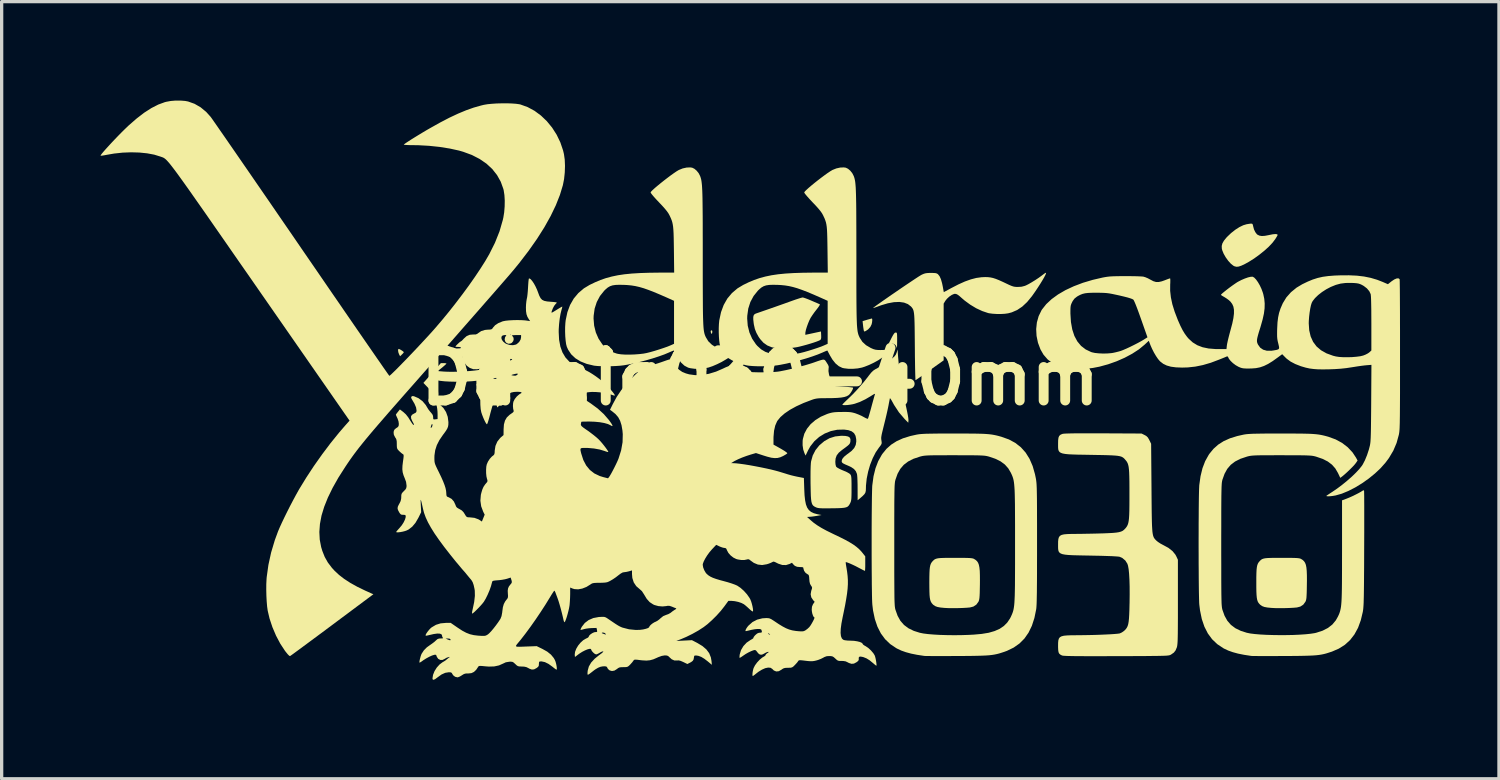
<source format=kicad_pcb>
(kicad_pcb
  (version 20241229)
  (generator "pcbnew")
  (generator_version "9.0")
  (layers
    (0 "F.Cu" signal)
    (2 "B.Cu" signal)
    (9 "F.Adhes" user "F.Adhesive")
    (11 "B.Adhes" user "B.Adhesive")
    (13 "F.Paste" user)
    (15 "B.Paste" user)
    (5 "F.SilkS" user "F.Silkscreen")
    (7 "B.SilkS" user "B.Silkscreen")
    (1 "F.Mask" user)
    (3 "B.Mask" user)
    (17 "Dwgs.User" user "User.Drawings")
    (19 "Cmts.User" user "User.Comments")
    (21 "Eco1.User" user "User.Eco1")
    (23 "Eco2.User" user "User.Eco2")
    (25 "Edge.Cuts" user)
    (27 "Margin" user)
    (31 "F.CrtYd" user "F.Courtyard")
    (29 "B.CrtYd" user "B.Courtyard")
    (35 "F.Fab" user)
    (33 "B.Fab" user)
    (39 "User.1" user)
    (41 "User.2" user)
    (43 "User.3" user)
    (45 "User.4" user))
  (footprint "Ddraig030-40mm"
    (layer "F.Cu")
    (at 20.002 8.407)
    (property "Reference" "Ddraig030-40mm" (at 0 0 0) (layer "F.SilkS") (effects (font (size 1.524 1.524) (thickness 0.3))))
    (attr board_only exclude_from_pos_files exclude_from_bom)
    (fp_poly (pts (xy -1.458 -1.436) (xy -1.45 -1.407) (xy -1.45 -1.391) (xy -1.455 -1.351) (xy -1.469 -1.334) (xy -1.469 -1.334) (xy -1.488 -1.347) (xy -1.488 -1.352) (xy -1.495 -1.384) (xy -1.499 -1.397) (xy -1.494 -1.427) (xy -1.48 -1.437)) (stroke (width 0) (type solid)) (fill yes) (layer "F.SilkS"))
    (fp_poly (pts (xy -10.947 -0.872) (xy -10.908 -0.853) (xy -10.864 -0.826) (xy -10.825 -0.798) (xy -10.806 -0.777) (xy -10.806 -0.774) (xy -10.818 -0.754) (xy -10.85 -0.719) (xy -10.862 -0.707) (xy -10.918 -0.653) (xy -10.949 -0.712) (xy -10.971 -0.771) (xy -10.98 -0.829) (xy -10.972 -0.869) (xy -10.968 -0.875)) (stroke (width 0) (type solid)) (fill yes) (layer "F.SilkS"))
    (fp_poly (pts (xy 3.4 -1.781) (xy 3.401 -1.738) (xy 3.395 -1.679) (xy 3.382 -1.621) (xy 3.343 -1.541) (xy 3.276 -1.467) (xy 3.206 -1.42) (xy 3.169 -1.403) (xy 3.153 -1.411) (xy 3.144 -1.436) (xy 3.137 -1.478) (xy 3.127 -1.543) (xy 3.121 -1.598) (xy 3.108 -1.717) (xy 3.242 -1.758) (xy 3.31 -1.777) (xy 3.362 -1.791) (xy 3.389 -1.798) (xy 3.39 -1.798)) (stroke (width 0) (type solid)) (fill yes) (layer "F.SilkS"))
    (fp_poly (pts (xy 4.131 -1.371) (xy 4.143 -1.362) (xy 4.151 -1.34) (xy 4.154 -1.298) (xy 4.156 -1.229) (xy 4.156 -1.14) (xy 4.155 -1.051) (xy 4.154 -0.977) (xy 4.151 -0.927) (xy 4.149 -0.909) (xy 4.148 -0.909) (xy 4.139 -0.925) (xy 4.13 -0.954) (xy 4.1 -0.999) (xy 4.042 -1.031) (xy 3.966 -1.044) (xy 3.961 -1.044) (xy 3.904 -1.044) (xy 3.986 -1.208) (xy 4.028 -1.287) (xy 4.06 -1.337) (xy 4.085 -1.364) (xy 4.11 -1.372) (xy 4.113 -1.372)) (stroke (width 0) (type solid)) (fill yes) (layer "F.SilkS"))
    (fp_poly (pts (xy 14.924 -4.67) (xy 14.94 -4.65) (xy 14.949 -4.615) (xy 14.953 -4.596) (xy 14.978 -4.501) (xy 15.018 -4.417) (xy 15.066 -4.354) (xy 15.085 -4.339) (xy 15.146 -4.31) (xy 15.218 -4.299) (xy 15.309 -4.305) (xy 15.427 -4.327) (xy 15.44 -4.33) (xy 15.55 -4.352) (xy 15.632 -4.359) (xy 15.681 -4.352) (xy 15.696 -4.332) (xy 15.686 -4.309) (xy 15.66 -4.264) (xy 15.624 -4.206) (xy 15.622 -4.203) (xy 15.539 -4.094) (xy 15.427 -3.975) (xy 15.292 -3.853) (xy 15.141 -3.732) (xy 14.982 -3.617) (xy 14.82 -3.515) (xy 14.704 -3.451) (xy 14.598 -3.401) (xy 14.516 -3.373) (xy 14.449 -3.366) (xy 14.39 -3.38) (xy 14.352 -3.399) (xy 14.274 -3.462) (xy 14.194 -3.551) (xy 14.119 -3.656) (xy 14.057 -3.765) (xy 14.015 -3.869) (xy 14.003 -3.918) (xy 14 -3.998) (xy 14.02 -4.075) (xy 14.065 -4.155) (xy 14.138 -4.246) (xy 14.165 -4.275) (xy 14.282 -4.387) (xy 14.408 -4.487) (xy 14.534 -4.568) (xy 14.653 -4.626) (xy 14.753 -4.656) (xy 14.838 -4.67) (xy 14.892 -4.676)) (stroke (width 0) (type solid)) (fill yes) (layer "F.SilkS"))
    (fp_poly (pts (xy 6.064 5.461) (xy 6.189 5.462) (xy 6.285 5.464) (xy 6.356 5.467) (xy 6.408 5.472) (xy 6.445 5.478) (xy 6.472 5.486) (xy 6.488 5.494) (xy 6.539 5.526) (xy 6.58 5.564) (xy 6.612 5.612) (xy 6.635 5.674) (xy 6.651 5.754) (xy 6.662 5.857) (xy 6.666 5.988) (xy 6.667 6.149) (xy 6.666 6.273) (xy 6.663 6.418) (xy 6.661 6.53) (xy 6.657 6.614) (xy 6.652 6.676) (xy 6.645 6.722) (xy 6.636 6.757) (xy 6.625 6.786) (xy 6.621 6.794) (xy 6.557 6.881) (xy 6.468 6.939) (xy 6.364 6.966) (xy 6.259 6.975) (xy 6.127 6.982) (xy 5.982 6.986) (xy 5.834 6.987) (xy 5.696 6.985) (xy 5.586 6.979) (xy 5.466 6.967) (xy 5.376 6.95) (xy 5.308 6.924) (xy 5.254 6.887) (xy 5.226 6.859) (xy 5.198 6.824) (xy 5.176 6.784) (xy 5.159 6.735) (xy 5.147 6.672) (xy 5.139 6.589) (xy 5.135 6.481) (xy 5.133 6.344) (xy 5.132 6.215) (xy 5.133 6.051) (xy 5.136 5.921) (xy 5.141 5.82) (xy 5.15 5.742) (xy 5.163 5.682) (xy 5.181 5.635) (xy 5.204 5.597) (xy 5.226 5.57) (xy 5.256 5.539) (xy 5.285 5.514) (xy 5.318 5.496) (xy 5.36 5.482) (xy 5.415 5.472) (xy 5.489 5.466) (xy 5.587 5.463) (xy 5.713 5.461) (xy 5.871 5.461) (xy 5.905 5.461)) (stroke (width 0) (type solid)) (fill yes) (layer "F.SilkS"))
    (fp_poly (pts (xy 15.981 5.461) (xy 16.106 5.462) (xy 16.201 5.464) (xy 16.273 5.467) (xy 16.325 5.472) (xy 16.362 5.478) (xy 16.388 5.486) (xy 16.405 5.494) (xy 16.456 5.526) (xy 16.496 5.564) (xy 16.528 5.612) (xy 16.552 5.674) (xy 16.568 5.754) (xy 16.578 5.857) (xy 16.583 5.988) (xy 16.584 6.149) (xy 16.582 6.273) (xy 16.58 6.418) (xy 16.577 6.53) (xy 16.573 6.614) (xy 16.569 6.676) (xy 16.562 6.722) (xy 16.553 6.757) (xy 16.541 6.786) (xy 16.537 6.794) (xy 16.473 6.881) (xy 16.384 6.939) (xy 16.281 6.966) (xy 16.175 6.975) (xy 16.044 6.982) (xy 15.898 6.986) (xy 15.75 6.987) (xy 15.612 6.985) (xy 15.503 6.979) (xy 15.382 6.967) (xy 15.292 6.95) (xy 15.225 6.924) (xy 15.171 6.887) (xy 15.143 6.859) (xy 15.114 6.824) (xy 15.092 6.784) (xy 15.076 6.735) (xy 15.064 6.672) (xy 15.056 6.589) (xy 15.051 6.481) (xy 15.049 6.344) (xy 15.049 6.215) (xy 15.049 6.051) (xy 15.052 5.921) (xy 15.057 5.82) (xy 15.066 5.742) (xy 15.079 5.682) (xy 15.097 5.635) (xy 15.12 5.597) (xy 15.143 5.57) (xy 15.172 5.539) (xy 15.201 5.514) (xy 15.234 5.496) (xy 15.276 5.482) (xy 15.332 5.472) (xy 15.406 5.466) (xy 15.503 5.463) (xy 15.629 5.461) (xy 15.788 5.461) (xy 15.822 5.461)) (stroke (width 0) (type solid)) (fill yes) (layer "F.SilkS"))
    (fp_poly (pts (xy 1.324 -2.428) (xy 1.384 -2.408) (xy 1.463 -2.378) (xy 1.552 -2.341) (xy 1.56 -2.337) (xy 1.648 -2.299) (xy 1.724 -2.267) (xy 1.78 -2.242) (xy 1.809 -2.23) (xy 1.811 -2.229) (xy 1.81 -2.211) (xy 1.786 -2.169) (xy 1.741 -2.107) (xy 1.713 -2.071) (xy 1.652 -1.993) (xy 1.593 -1.91) (xy 1.546 -1.839) (xy 1.532 -1.817) (xy 1.492 -1.738) (xy 1.453 -1.644) (xy 1.418 -1.547) (xy 1.39 -1.456) (xy 1.375 -1.384) (xy 1.372 -1.358) (xy 1.372 -1.302) (xy 1.609 -1.353) (xy 1.846 -1.404) (xy 1.852 -1.287) (xy 1.853 -1.217) (xy 1.846 -1.175) (xy 1.829 -1.15) (xy 1.823 -1.145) (xy 1.785 -1.126) (xy 1.717 -1.099) (xy 1.627 -1.068) (xy 1.522 -1.035) (xy 1.411 -1.002) (xy 1.3 -0.972) (xy 1.198 -0.946) (xy 1.122 -0.929) (xy 0.888 -0.893) (xy 0.68 -0.881) (xy 0.518 -0.891) (xy 0.354 -0.925) (xy 0.217 -0.981) (xy 0.101 -1.063) (xy -0.000201 -1.176) (xy -0.046 -1.243) (xy -0.113 -1.364) (xy -0.159 -1.482) (xy -0.189 -1.616) (xy -0.195 -1.658) (xy -0.207 -1.767) (xy -0.207 -1.845) (xy -0.193 -1.897) (xy -0.164 -1.931) (xy -0.13 -1.947) (xy -0.088 -1.962) (xy -0.018 -1.986) (xy 0.068 -2.016) (xy 0.163 -2.049) (xy 0.164 -2.049) (xy 0.31 -2.1) (xy 0.445 -2.147) (xy 0.58 -2.195) (xy 0.725 -2.246) (xy 0.891 -2.306) (xy 0.978 -2.337) (xy 1.077 -2.372) (xy 1.166 -2.401) (xy 1.236 -2.423) (xy 1.282 -2.434) (xy 1.292 -2.436)) (stroke (width 0) (type solid)) (fill yes) (layer "F.SilkS"))
    (fp_poly (pts (xy 2.59 1.764) (xy 2.669 1.781) (xy 2.718 1.812) (xy 2.74 1.86) (xy 2.739 1.927) (xy 2.736 1.944) (xy 2.729 1.973) (xy 2.716 2) (xy 2.693 2.028) (xy 2.655 2.062) (xy 2.596 2.108) (xy 2.513 2.169) (xy 2.48 2.193) (xy 2.385 2.273) (xy 2.323 2.354) (xy 2.29 2.445) (xy 2.281 2.547) (xy 2.287 2.627) (xy 2.302 2.686) (xy 2.31 2.7) (xy 2.34 2.725) (xy 2.399 2.758) (xy 2.476 2.795) (xy 2.525 2.815) (xy 2.634 2.862) (xy 2.706 2.903) (xy 2.742 2.937) (xy 2.754 2.96) (xy 2.762 2.992) (xy 2.768 3.041) (xy 2.771 3.11) (xy 2.773 3.207) (xy 2.773 3.335) (xy 2.773 3.353) (xy 2.773 3.484) (xy 2.771 3.583) (xy 2.768 3.656) (xy 2.762 3.709) (xy 2.754 3.748) (xy 2.742 3.78) (xy 2.735 3.797) (xy 2.709 3.845) (xy 2.683 3.882) (xy 2.652 3.91) (xy 2.609 3.929) (xy 2.55 3.942) (xy 2.47 3.95) (xy 2.364 3.955) (xy 2.225 3.958) (xy 2.178 3.958) (xy 2.039 3.96) (xy 1.934 3.96) (xy 1.855 3.958) (xy 1.797 3.954) (xy 1.754 3.948) (xy 1.72 3.939) (xy 1.69 3.927) (xy 1.69 3.927) (xy 1.649 3.906) (xy 1.616 3.883) (xy 1.59 3.853) (xy 1.571 3.812) (xy 1.556 3.757) (xy 1.546 3.681) (xy 1.539 3.582) (xy 1.535 3.455) (xy 1.532 3.296) (xy 1.53 3.203) (xy 1.529 2.996) (xy 1.53 2.824) (xy 1.534 2.686) (xy 1.54 2.586) (xy 1.546 2.536) (xy 1.596 2.357) (xy 1.68 2.194) (xy 1.795 2.051) (xy 1.796 2.05) (xy 1.946 1.923) (xy 2.105 1.833) (xy 2.277 1.779) (xy 2.462 1.759) (xy 2.477 1.759)) (stroke (width 0) (type solid)) (fill yes) (layer "F.SilkS"))
    (fp_poly (pts (xy 8.67 -3.16) (xy 8.648 -3.11) (xy 8.61 -3.038) (xy 8.558 -2.949) (xy 8.496 -2.848) (xy 8.426 -2.739) (xy 8.352 -2.628) (xy 8.275 -2.518) (xy 8.242 -2.472) (xy 8.098 -2.297) (xy 7.951 -2.159) (xy 7.796 -2.055) (xy 7.632 -1.984) (xy 7.523 -1.955) (xy 7.424 -1.941) (xy 7.302 -1.934) (xy 7.172 -1.935) (xy 7.048 -1.943) (xy 6.943 -1.957) (xy 6.913 -1.964) (xy 6.738 -2.023) (xy 6.553 -2.109) (xy 6.372 -2.218) (xy 6.203 -2.342) (xy 6.126 -2.408) (xy 6.049 -2.476) (xy 5.991 -2.52) (xy 5.945 -2.542) (xy 5.905 -2.546) (xy 5.881 -2.542) (xy 5.812 -2.512) (xy 5.736 -2.46) (xy 5.666 -2.395) (xy 5.614 -2.329) (xy 5.614 -2.328) (xy 5.567 -2.249) (xy 5.567 -0.528) (xy 5.148 -0.23) (xy 5.036 -0.151) (xy 4.934 -0.079) (xy 4.847 -0.017) (xy 4.778 0.031) (xy 4.732 0.062) (xy 4.714 0.074) (xy 4.711 0.056) (xy 4.709 0.003) (xy 4.706 -0.081) (xy 4.703 -0.193) (xy 4.7 -0.33) (xy 4.698 -0.487) (xy 4.695 -0.662) (xy 4.694 -0.851) (xy 4.693 -0.932) (xy 4.691 -1.167) (xy 4.689 -1.367) (xy 4.687 -1.535) (xy 4.684 -1.674) (xy 4.68 -1.787) (xy 4.675 -1.878) (xy 4.668 -1.95) (xy 4.659 -2.006) (xy 4.648 -2.05) (xy 4.634 -2.084) (xy 4.617 -2.112) (xy 4.597 -2.138) (xy 4.576 -2.162) (xy 4.483 -2.234) (xy 4.365 -2.28) (xy 4.223 -2.3) (xy 4.058 -2.293) (xy 3.874 -2.259) (xy 3.672 -2.199) (xy 3.585 -2.167) (xy 3.515 -2.141) (xy 3.461 -2.123) (xy 3.43 -2.115) (xy 3.426 -2.115) (xy 3.439 -2.128) (xy 3.481 -2.16) (xy 3.546 -2.208) (xy 3.633 -2.269) (xy 3.736 -2.342) (xy 3.853 -2.423) (xy 3.978 -2.51) (xy 4.11 -2.6) (xy 4.242 -2.691) (xy 4.373 -2.78) (xy 4.498 -2.864) (xy 4.613 -2.941) (xy 4.715 -3.009) (xy 4.799 -3.064) (xy 4.862 -3.103) (xy 4.9 -3.125) (xy 4.904 -3.127) (xy 4.969 -3.155) (xy 5.029 -3.171) (xy 5.098 -3.178) (xy 5.183 -3.18) (xy 5.269 -3.178) (xy 5.326 -3.173) (xy 5.364 -3.161) (xy 5.393 -3.142) (xy 5.394 -3.141) (xy 5.443 -3.08) (xy 5.484 -2.99) (xy 5.519 -2.867) (xy 5.539 -2.772) (xy 5.571 -2.597) (xy 5.796 -2.719) (xy 6.015 -2.832) (xy 6.211 -2.92) (xy 6.39 -2.984) (xy 6.555 -3.027) (xy 6.713 -3.049) (xy 6.825 -3.054) (xy 6.909 -3.052) (xy 6.985 -3.043) (xy 7.062 -3.027) (xy 7.146 -3) (xy 7.246 -2.96) (xy 7.368 -2.905) (xy 7.452 -2.865) (xy 7.549 -2.819) (xy 7.621 -2.788) (xy 7.677 -2.769) (xy 7.727 -2.759) (xy 7.778 -2.755) (xy 7.819 -2.755) (xy 7.928 -2.761) (xy 8.021 -2.785) (xy 8.061 -2.8) (xy 8.139 -2.839) (xy 8.236 -2.895) (xy 8.343 -2.961) (xy 8.447 -3.03) (xy 8.539 -3.097) (xy 8.578 -3.127) (xy 8.625 -3.162) (xy 8.66 -3.182) (xy 8.672 -3.184)) (stroke (width 0) (type solid)) (fill yes) (layer "F.SilkS"))
    (fp_poly (pts (xy 4.184 -0.648) (xy 4.205 -0.413) (xy 4.238 -0.15) (xy 4.281 0.136) (xy 4.335 0.436) (xy 4.398 0.745) (xy 4.436 0.917) (xy 4.459 1.027) (xy 4.479 1.128) (xy 4.493 1.213) (xy 4.499 1.273) (xy 4.5 1.294) (xy 4.493 1.363) (xy 4.382 1.249) (xy 4.211 1.049) (xy 4.062 0.822) (xy 4.019 0.743) (xy 3.984 0.68) (xy 3.956 0.637) (xy 3.939 0.62) (xy 3.936 0.622) (xy 3.93 0.651) (xy 3.919 0.709) (xy 3.904 0.785) (xy 3.896 0.831) (xy 3.88 0.909) (xy 3.857 1.015) (xy 3.829 1.138) (xy 3.797 1.271) (xy 3.765 1.401) (xy 3.732 1.534) (xy 3.707 1.636) (xy 3.689 1.712) (xy 3.679 1.768) (xy 3.673 1.811) (xy 3.673 1.846) (xy 3.676 1.879) (xy 3.682 1.916) (xy 3.683 1.926) (xy 3.688 1.969) (xy 3.683 2.004) (xy 3.663 2.042) (xy 3.624 2.094) (xy 3.607 2.115) (xy 3.506 2.262) (xy 3.416 2.438) (xy 3.338 2.635) (xy 3.277 2.844) (xy 3.233 3.058) (xy 3.211 3.268) (xy 3.209 3.354) (xy 3.206 3.426) (xy 3.193 3.482) (xy 3.164 3.53) (xy 3.113 3.583) (xy 3.055 3.634) (xy 2.958 3.715) (xy 2.957 3.351) (xy 2.956 3.231) (xy 2.953 3.119) (xy 2.949 3.024) (xy 2.943 2.953) (xy 2.937 2.915) (xy 2.903 2.834) (xy 2.848 2.768) (xy 2.765 2.711) (xy 2.672 2.667) (xy 2.585 2.63) (xy 2.528 2.602) (xy 2.494 2.579) (xy 2.479 2.555) (xy 2.474 2.528) (xy 2.474 2.523) (xy 2.492 2.463) (xy 2.547 2.395) (xy 2.639 2.32) (xy 2.667 2.301) (xy 2.778 2.215) (xy 2.855 2.129) (xy 2.9 2.037) (xy 2.917 1.933) (xy 2.915 1.862) (xy 2.894 1.759) (xy 2.849 1.68) (xy 2.777 1.624) (xy 2.676 1.588) (xy 2.544 1.571) (xy 2.341 1.576) (xy 2.145 1.617) (xy 1.96 1.691) (xy 1.792 1.794) (xy 1.645 1.925) (xy 1.523 2.08) (xy 1.456 2.199) (xy 1.38 2.359) (xy 1.345 2.286) (xy 1.308 2.177) (xy 1.289 2.047) (xy 1.29 1.912) (xy 1.297 1.857) (xy 1.341 1.697) (xy 1.421 1.546) (xy 1.532 1.408) (xy 1.673 1.286) (xy 1.839 1.182) (xy 2.029 1.1) (xy 2.065 1.087) (xy 2.133 1.067) (xy 2.197 1.053) (xy 2.267 1.044) (xy 2.352 1.039) (xy 2.465 1.037) (xy 2.484 1.037) (xy 2.599 1.036) (xy 2.684 1.039) (xy 2.752 1.045) (xy 2.81 1.056) (xy 2.87 1.072) (xy 2.895 1.08) (xy 2.984 1.114) (xy 3.077 1.155) (xy 3.145 1.192) (xy 3.203 1.223) (xy 3.247 1.241) (xy 3.269 1.243) (xy 3.278 1.22) (xy 3.296 1.166) (xy 3.319 1.087) (xy 3.347 0.99) (xy 3.374 0.89) (xy 3.404 0.779) (xy 3.432 0.678) (xy 3.455 0.594) (xy 3.472 0.535) (xy 3.481 0.509) (xy 3.485 0.491) (xy 3.474 0.488) (xy 3.443 0.503) (xy 3.387 0.537) (xy 3.363 0.553) (xy 3.192 0.653) (xy 3.025 0.733) (xy 2.871 0.787) (xy 2.812 0.802) (xy 2.726 0.817) (xy 2.643 0.827) (xy 2.571 0.83) (xy 2.519 0.828) (xy 2.494 0.819) (xy 2.494 0.816) (xy 2.507 0.798) (xy 2.544 0.759) (xy 2.599 0.705) (xy 2.666 0.641) (xy 2.68 0.628) (xy 2.826 0.486) (xy 2.979 0.321) (xy 3.131 0.146) (xy 3.269 -0.028) (xy 3.303 -0.074) (xy 3.37 -0.157) (xy 3.429 -0.215) (xy 3.492 -0.257) (xy 3.506 -0.264) (xy 3.595 -0.313) (xy 3.702 -0.378) (xy 3.815 -0.452) (xy 3.923 -0.527) (xy 4.014 -0.595) (xy 4.015 -0.596) (xy 4.079 -0.652) (xy 4.117 -0.704) (xy 4.142 -0.766) (xy 4.143 -0.768) (xy 4.17 -0.86)) (stroke (width 0) (type solid)) (fill yes) (layer "F.SilkS"))
    (fp_poly (pts (xy 10.251 1.685) (xy 10.409 1.685) (xy 11.569 1.691) (xy 11.66 1.736) (xy 11.718 1.77) (xy 11.76 1.812) (xy 11.797 1.875) (xy 11.805 1.891) (xy 11.859 2.001) (xy 11.87 3.334) (xy 11.872 3.607) (xy 11.874 3.843) (xy 11.876 4.047) (xy 11.879 4.22) (xy 11.882 4.366) (xy 11.886 4.487) (xy 11.892 4.586) (xy 11.898 4.666) (xy 11.907 4.73) (xy 11.917 4.78) (xy 11.93 4.82) (xy 11.944 4.851) (xy 11.962 4.878) (xy 11.982 4.902) (xy 12.006 4.927) (xy 12.014 4.935) (xy 12.067 4.979) (xy 12.14 5.027) (xy 12.218 5.069) (xy 12.222 5.071) (xy 12.384 5.159) (xy 12.508 5.257) (xy 12.595 5.364) (xy 12.62 5.41) (xy 12.671 5.519) (xy 12.671 6.795) (xy 12.671 7.051) (xy 12.671 7.271) (xy 12.67 7.459) (xy 12.669 7.617) (xy 12.668 7.748) (xy 12.666 7.855) (xy 12.664 7.942) (xy 12.661 8.01) (xy 12.657 8.064) (xy 12.653 8.105) (xy 12.648 8.138) (xy 12.642 8.164) (xy 12.638 8.178) (xy 12.601 8.267) (xy 12.549 8.334) (xy 12.471 8.389) (xy 12.449 8.402) (xy 12.435 8.408) (xy 12.418 8.414) (xy 12.396 8.419) (xy 12.365 8.423) (xy 12.324 8.427) (xy 12.269 8.43) (xy 12.199 8.432) (xy 12.11 8.434) (xy 12 8.436) (xy 11.866 8.437) (xy 11.706 8.439) (xy 11.517 8.44) (xy 11.297 8.441) (xy 11.043 8.441) (xy 10.796 8.442) (xy 10.501 8.443) (xy 10.243 8.443) (xy 10.018 8.443) (xy 9.826 8.443) (xy 9.662 8.442) (xy 9.527 8.441) (xy 9.416 8.439) (xy 9.328 8.437) (xy 9.26 8.434) (xy 9.21 8.431) (xy 9.176 8.427) (xy 9.156 8.422) (xy 9.153 8.421) (xy 9.104 8.395) (xy 9.071 8.365) (xy 9.051 8.323) (xy 9.041 8.26) (xy 9.037 8.169) (xy 9.037 8.128) (xy 9.038 8.036) (xy 9.045 7.964) (xy 9.062 7.909) (xy 9.093 7.868) (xy 9.142 7.841) (xy 9.213 7.823) (xy 9.31 7.814) (xy 9.438 7.809) (xy 9.592 7.808) (xy 9.779 7.806) (xy 9.966 7.803) (xy 10.149 7.799) (xy 10.323 7.793) (xy 10.483 7.786) (xy 10.625 7.779) (xy 10.745 7.771) (xy 10.837 7.763) (xy 10.897 7.755) (xy 10.912 7.751) (xy 10.972 7.723) (xy 11.036 7.678) (xy 11.059 7.657) (xy 11.095 7.619) (xy 11.123 7.578) (xy 11.146 7.531) (xy 11.164 7.472) (xy 11.177 7.398) (xy 11.187 7.304) (xy 11.194 7.186) (xy 11.2 7.038) (xy 11.204 6.856) (xy 11.205 6.833) (xy 11.208 6.565) (xy 11.207 6.327) (xy 11.201 6.12) (xy 11.191 5.946) (xy 11.177 5.805) (xy 11.158 5.7) (xy 11.139 5.641) (xy 11.076 5.542) (xy 10.987 5.467) (xy 10.907 5.43) (xy 10.865 5.423) (xy 10.786 5.417) (xy 10.671 5.41) (xy 10.52 5.405) (xy 10.334 5.399) (xy 10.116 5.395) (xy 10.032 5.393) (xy 9.811 5.389) (xy 9.625 5.385) (xy 9.471 5.381) (xy 9.347 5.374) (xy 9.249 5.364) (xy 9.174 5.35) (xy 9.119 5.33) (xy 9.081 5.304) (xy 9.057 5.271) (xy 9.044 5.23) (xy 9.038 5.179) (xy 9.037 5.118) (xy 9.037 5.055) (xy 9.038 4.962) (xy 9.046 4.889) (xy 9.063 4.834) (xy 9.094 4.794) (xy 9.144 4.766) (xy 9.216 4.749) (xy 9.316 4.74) (xy 9.445 4.736) (xy 9.582 4.735) (xy 9.717 4.734) (xy 9.877 4.731) (xy 10.05 4.728) (xy 10.223 4.724) (xy 10.383 4.719) (xy 10.4 4.719) (xy 10.566 4.712) (xy 10.7 4.705) (xy 10.804 4.695) (xy 10.885 4.682) (xy 10.948 4.664) (xy 10.997 4.641) (xy 11.037 4.61) (xy 11.074 4.572) (xy 11.082 4.564) (xy 11.11 4.528) (xy 11.133 4.491) (xy 11.152 4.45) (xy 11.167 4.4) (xy 11.179 4.337) (xy 11.188 4.258) (xy 11.194 4.159) (xy 11.198 4.036) (xy 11.2 3.886) (xy 11.201 3.703) (xy 11.201 3.528) (xy 11.201 3.316) (xy 11.2 3.139) (xy 11.197 2.993) (xy 11.193 2.875) (xy 11.186 2.779) (xy 11.177 2.703) (xy 11.164 2.643) (xy 11.148 2.595) (xy 11.127 2.554) (xy 11.102 2.518) (xy 11.075 2.486) (xy 11.048 2.455) (xy 11.021 2.43) (xy 10.99 2.409) (xy 10.953 2.391) (xy 10.906 2.378) (xy 10.845 2.367) (xy 10.766 2.359) (xy 10.666 2.353) (xy 10.541 2.348) (xy 10.387 2.344) (xy 10.201 2.341) (xy 10.042 2.338) (xy 9.819 2.334) (xy 9.632 2.331) (xy 9.477 2.326) (xy 9.352 2.32) (xy 9.253 2.31) (xy 9.177 2.296) (xy 9.122 2.277) (xy 9.083 2.252) (xy 9.058 2.219) (xy 9.044 2.179) (xy 9.038 2.128) (xy 9.037 2.068) (xy 9.037 2) (xy 9.039 1.893) (xy 9.049 1.817) (xy 9.07 1.765) (xy 9.104 1.731) (xy 9.156 1.707) (xy 9.18 1.7) (xy 9.218 1.695) (xy 9.294 1.691) (xy 9.408 1.688) (xy 9.561 1.685) (xy 9.753 1.684) (xy 9.983 1.684)) (stroke (width 0) (type solid)) (fill yes) (layer "F.SilkS"))
    (fp_poly (pts (xy 16.045 1.692) (xy 16.244 1.692) (xy 16.412 1.693) (xy 16.554 1.696) (xy 16.673 1.699) (xy 16.774 1.705) (xy 16.86 1.712) (xy 16.937 1.721) (xy 17.007 1.733) (xy 17.074 1.747) (xy 17.144 1.764) (xy 17.22 1.785) (xy 17.243 1.792) (xy 17.456 1.87) (xy 17.651 1.976) (xy 17.822 2.108) (xy 17.967 2.263) (xy 18.073 2.423) (xy 18.12 2.51) (xy 18.064 2.591) (xy 18.025 2.639) (xy 17.965 2.704) (xy 17.891 2.778) (xy 17.812 2.854) (xy 17.736 2.923) (xy 17.671 2.978) (xy 17.646 2.998) (xy 17.595 3.035) (xy 17.526 2.889) (xy 17.445 2.75) (xy 17.343 2.635) (xy 17.216 2.539) (xy 17.06 2.46) (xy 16.871 2.395) (xy 16.862 2.392) (xy 16.825 2.382) (xy 16.79 2.374) (xy 16.752 2.367) (xy 16.707 2.362) (xy 16.652 2.358) (xy 16.583 2.355) (xy 16.495 2.352) (xy 16.386 2.351) (xy 16.25 2.35) (xy 16.086 2.35) (xy 15.887 2.349) (xy 15.812 2.349) (xy 15.602 2.349) (xy 15.426 2.35) (xy 15.282 2.35) (xy 15.164 2.351) (xy 15.07 2.353) (xy 14.995 2.356) (xy 14.935 2.36) (xy 14.888 2.365) (xy 14.848 2.371) (xy 14.811 2.379) (xy 14.775 2.388) (xy 14.759 2.393) (xy 14.565 2.458) (xy 14.404 2.54) (xy 14.273 2.64) (xy 14.168 2.763) (xy 14.086 2.911) (xy 14.022 3.089) (xy 14.021 3.093) (xy 14.015 3.116) (xy 14.01 3.141) (xy 14.005 3.171) (xy 14.001 3.209) (xy 13.998 3.256) (xy 13.995 3.315) (xy 13.993 3.39) (xy 13.991 3.481) (xy 13.989 3.592) (xy 13.988 3.725) (xy 13.987 3.882) (xy 13.986 4.066) (xy 13.986 4.28) (xy 13.986 4.525) (xy 13.985 4.804) (xy 13.985 5.065) (xy 13.985 5.374) (xy 13.986 5.648) (xy 13.986 5.887) (xy 13.986 6.096) (xy 13.987 6.275) (xy 13.988 6.428) (xy 13.989 6.557) (xy 13.991 6.665) (xy 13.993 6.753) (xy 13.995 6.825) (xy 13.998 6.882) (xy 14.002 6.927) (xy 14.006 6.964) (xy 14.011 6.993) (xy 14.016 7.017) (xy 14.021 7.036) (xy 14.086 7.218) (xy 14.171 7.37) (xy 14.28 7.495) (xy 14.415 7.596) (xy 14.58 7.676) (xy 14.759 7.733) (xy 14.866 7.755) (xy 15.005 7.772) (xy 15.17 7.786) (xy 15.355 7.796) (xy 15.554 7.802) (xy 15.761 7.805) (xy 15.97 7.804) (xy 16.173 7.8) (xy 16.366 7.791) (xy 16.542 7.779) (xy 16.695 7.763) (xy 16.819 7.744) (xy 16.866 7.733) (xy 17.06 7.67) (xy 17.222 7.587) (xy 17.354 7.484) (xy 17.459 7.358) (xy 17.523 7.245) (xy 17.545 7.198) (xy 17.564 7.154) (xy 17.58 7.109) (xy 17.594 7.061) (xy 17.606 7.007) (xy 17.617 6.945) (xy 17.625 6.871) (xy 17.632 6.783) (xy 17.637 6.679) (xy 17.641 6.555) (xy 17.644 6.408) (xy 17.646 6.237) (xy 17.647 6.038) (xy 17.648 5.809) (xy 17.648 5.546) (xy 17.649 5.248) (xy 17.649 3.717) (xy 17.769 3.673) (xy 17.854 3.639) (xy 17.952 3.596) (xy 18.053 3.547) (xy 18.147 3.499) (xy 18.222 3.457) (xy 18.253 3.437) (xy 18.29 3.414) (xy 18.309 3.415) (xy 18.317 3.427) (xy 18.318 3.45) (xy 18.319 3.509) (xy 18.321 3.601) (xy 18.321 3.724) (xy 18.322 3.873) (xy 18.322 4.048) (xy 18.322 4.244) (xy 18.322 4.459) (xy 18.322 4.691) (xy 18.321 4.936) (xy 18.32 5.183) (xy 18.319 5.486) (xy 18.318 5.753) (xy 18.316 5.986) (xy 18.315 6.188) (xy 18.313 6.362) (xy 18.311 6.511) (xy 18.309 6.636) (xy 18.306 6.741) (xy 18.304 6.828) (xy 18.3 6.899) (xy 18.296 6.958) (xy 18.292 7.007) (xy 18.287 7.048) (xy 18.281 7.084) (xy 18.28 7.093) (xy 18.218 7.353) (xy 18.134 7.583) (xy 18.025 7.783) (xy 17.893 7.954) (xy 17.735 8.098) (xy 17.55 8.215) (xy 17.34 8.306) (xy 17.32 8.312) (xy 17.24 8.338) (xy 17.167 8.361) (xy 17.097 8.379) (xy 17.025 8.394) (xy 16.947 8.406) (xy 16.859 8.416) (xy 16.758 8.423) (xy 16.638 8.428) (xy 16.496 8.432) (xy 16.328 8.435) (xy 16.13 8.437) (xy 15.897 8.438) (xy 15.889 8.438) (xy 15.701 8.439) (xy 15.522 8.439) (xy 15.358 8.44) (xy 15.213 8.439) (xy 15.09 8.439) (xy 14.993 8.438) (xy 14.926 8.437) (xy 14.894 8.435) (xy 14.894 8.435) (xy 14.678 8.402) (xy 14.494 8.365) (xy 14.336 8.322) (xy 14.198 8.273) (xy 14.072 8.214) (xy 14.043 8.198) (xy 13.863 8.077) (xy 13.708 7.929) (xy 13.579 7.754) (xy 13.475 7.55) (xy 13.396 7.318) (xy 13.342 7.056) (xy 13.32 6.88) (xy 13.316 6.819) (xy 13.313 6.723) (xy 13.31 6.596) (xy 13.307 6.442) (xy 13.305 6.264) (xy 13.303 6.066) (xy 13.302 5.852) (xy 13.3 5.625) (xy 13.3 5.39) (xy 13.299 5.149) (xy 13.299 4.908) (xy 13.3 4.669) (xy 13.3 4.436) (xy 13.302 4.213) (xy 13.303 4.004) (xy 13.305 3.812) (xy 13.307 3.641) (xy 13.31 3.496) (xy 13.313 3.379) (xy 13.317 3.294) (xy 13.319 3.257) (xy 13.357 2.986) (xy 13.416 2.744) (xy 13.498 2.529) (xy 13.604 2.339) (xy 13.627 2.305) (xy 13.75 2.155) (xy 13.892 2.028) (xy 14.057 1.923) (xy 14.25 1.836) (xy 14.472 1.767) (xy 14.655 1.726) (xy 14.7 1.718) (xy 14.748 1.711) (xy 14.802 1.706) (xy 14.867 1.702) (xy 14.945 1.698) (xy 15.041 1.696) (xy 15.158 1.694) (xy 15.301 1.692) (xy 15.472 1.692) (xy 15.676 1.691) (xy 15.812 1.691)) (stroke (width 0) (type solid)) (fill yes) (layer "F.SilkS"))
    (fp_poly (pts (xy 6.129 1.692) (xy 6.328 1.692) (xy 6.496 1.693) (xy 6.637 1.696) (xy 6.757 1.699) (xy 6.857 1.705) (xy 6.944 1.712) (xy 7.02 1.721) (xy 7.09 1.733) (xy 7.158 1.747) (xy 7.228 1.764) (xy 7.303 1.785) (xy 7.326 1.792) (xy 7.547 1.871) (xy 7.741 1.976) (xy 7.91 2.109) (xy 8.053 2.269) (xy 8.171 2.458) (xy 8.266 2.677) (xy 8.337 2.926) (xy 8.364 3.057) (xy 8.37 3.093) (xy 8.375 3.131) (xy 8.38 3.174) (xy 8.384 3.224) (xy 8.387 3.283) (xy 8.39 3.354) (xy 8.392 3.44) (xy 8.394 3.544) (xy 8.396 3.667) (xy 8.397 3.813) (xy 8.398 3.984) (xy 8.398 4.183) (xy 8.399 4.412) (xy 8.399 4.673) (xy 8.399 4.971) (xy 8.399 5.055) (xy 8.399 5.382) (xy 8.398 5.672) (xy 8.398 5.928) (xy 8.397 6.151) (xy 8.395 6.344) (xy 8.394 6.509) (xy 8.391 6.647) (xy 8.389 6.762) (xy 8.386 6.854) (xy 8.382 6.926) (xy 8.378 6.98) (xy 8.374 7.017) (xy 8.319 7.285) (xy 8.242 7.522) (xy 8.141 7.73) (xy 8.016 7.909) (xy 7.866 8.059) (xy 7.69 8.183) (xy 7.488 8.281) (xy 7.404 8.312) (xy 7.324 8.338) (xy 7.251 8.361) (xy 7.18 8.379) (xy 7.108 8.394) (xy 7.031 8.406) (xy 6.943 8.416) (xy 6.841 8.423) (xy 6.722 8.428) (xy 6.58 8.432) (xy 6.412 8.435) (xy 6.214 8.437) (xy 5.981 8.438) (xy 5.973 8.438) (xy 5.784 8.439) (xy 5.606 8.439) (xy 5.442 8.44) (xy 5.296 8.439) (xy 5.173 8.439) (xy 5.076 8.438) (xy 5.01 8.437) (xy 4.978 8.435) (xy 4.978 8.435) (xy 4.762 8.402) (xy 4.578 8.365) (xy 4.42 8.322) (xy 4.281 8.273) (xy 4.156 8.214) (xy 4.127 8.198) (xy 3.947 8.077) (xy 3.792 7.929) (xy 3.663 7.754) (xy 3.559 7.55) (xy 3.48 7.318) (xy 3.425 7.056) (xy 3.404 6.88) (xy 3.4 6.819) (xy 3.396 6.723) (xy 3.393 6.596) (xy 3.391 6.442) (xy 3.388 6.264) (xy 3.387 6.066) (xy 3.385 5.852) (xy 3.384 5.625) (xy 3.383 5.39) (xy 3.383 5.149) (xy 3.383 5.065) (xy 4.069 5.065) (xy 4.069 5.374) (xy 4.069 5.648) (xy 4.069 5.887) (xy 4.07 6.096) (xy 4.071 6.275) (xy 4.072 6.428) (xy 4.073 6.557) (xy 4.074 6.665) (xy 4.076 6.753) (xy 4.079 6.825) (xy 4.082 6.882) (xy 4.085 6.927) (xy 4.09 6.964) (xy 4.094 6.993) (xy 4.1 7.017) (xy 4.105 7.036) (xy 4.17 7.218) (xy 4.255 7.371) (xy 4.364 7.496) (xy 4.499 7.597) (xy 4.664 7.677) (xy 4.842 7.733) (xy 4.95 7.755) (xy 5.091 7.773) (xy 5.259 7.787) (xy 5.449 7.798) (xy 5.655 7.804) (xy 5.872 7.807) (xy 6.095 7.805) (xy 6.317 7.798) (xy 6.476 7.79) (xy 6.721 7.768) (xy 6.933 7.733) (xy 7.113 7.681) (xy 7.265 7.614) (xy 7.392 7.528) (xy 7.496 7.423) (xy 7.58 7.298) (xy 7.607 7.245) (xy 7.627 7.2) (xy 7.645 7.158) (xy 7.661 7.116) (xy 7.675 7.071) (xy 7.687 7.021) (xy 7.697 6.963) (xy 7.706 6.895) (xy 7.713 6.813) (xy 7.718 6.716) (xy 7.723 6.601) (xy 7.726 6.465) (xy 7.729 6.306) (xy 7.73 6.121) (xy 7.731 5.908) (xy 7.732 5.664) (xy 7.732 5.386) (xy 7.732 5.073) (xy 7.732 5.065) (xy 7.732 4.75) (xy 7.732 4.472) (xy 7.731 4.227) (xy 7.73 4.013) (xy 7.729 3.827) (xy 7.726 3.668) (xy 7.723 3.531) (xy 7.719 3.416) (xy 7.713 3.318) (xy 7.706 3.236) (xy 7.698 3.168) (xy 7.688 3.109) (xy 7.676 3.059) (xy 7.662 3.014) (xy 7.646 2.972) (xy 7.628 2.93) (xy 7.607 2.886) (xy 7.607 2.884) (xy 7.526 2.747) (xy 7.423 2.631) (xy 7.293 2.535) (xy 7.134 2.456) (xy 6.945 2.392) (xy 6.909 2.382) (xy 6.873 2.374) (xy 6.835 2.367) (xy 6.79 2.362) (xy 6.735 2.358) (xy 6.666 2.355) (xy 6.579 2.352) (xy 6.469 2.351) (xy 6.334 2.35) (xy 6.169 2.35) (xy 5.971 2.349) (xy 5.896 2.349) (xy 5.685 2.349) (xy 5.51 2.35) (xy 5.365 2.35) (xy 5.248 2.351) (xy 5.153 2.353) (xy 5.078 2.356) (xy 5.019 2.36) (xy 4.971 2.365) (xy 4.931 2.371) (xy 4.895 2.379) (xy 4.859 2.388) (xy 4.842 2.393) (xy 4.648 2.458) (xy 4.488 2.54) (xy 4.357 2.64) (xy 4.252 2.763) (xy 4.169 2.911) (xy 4.106 3.089) (xy 4.105 3.093) (xy 4.099 3.116) (xy 4.093 3.141) (xy 4.089 3.171) (xy 4.085 3.209) (xy 4.081 3.256) (xy 4.078 3.315) (xy 4.076 3.39) (xy 4.074 3.481) (xy 4.073 3.592) (xy 4.071 3.725) (xy 4.07 3.882) (xy 4.07 4.066) (xy 4.069 4.28) (xy 4.069 4.525) (xy 4.069 4.804) (xy 4.069 5.065) (xy 3.383 5.065) (xy 3.383 4.908) (xy 3.383 4.669) (xy 3.384 4.436) (xy 3.385 4.213) (xy 3.387 4.004) (xy 3.389 3.812) (xy 3.391 3.641) (xy 3.394 3.496) (xy 3.397 3.379) (xy 3.4 3.294) (xy 3.403 3.257) (xy 3.44 2.986) (xy 3.5 2.744) (xy 3.582 2.529) (xy 3.688 2.339) (xy 3.711 2.305) (xy 3.833 2.155) (xy 3.976 2.028) (xy 4.141 1.923) (xy 4.333 1.836) (xy 4.555 1.767) (xy 4.739 1.726) (xy 4.784 1.718) (xy 4.832 1.711) (xy 4.886 1.706) (xy 4.95 1.702) (xy 5.029 1.698) (xy 5.124 1.696) (xy 5.242 1.694) (xy 5.384 1.692) (xy 5.556 1.692) (xy 5.76 1.691) (xy 5.896 1.691)) (stroke (width 0) (type solid)) (fill yes) (layer "F.SilkS"))
    (fp_poly (pts (xy -17.439 -8.396) (xy -17.348 -8.379) (xy -17.152 -8.309) (xy -16.968 -8.203) (xy -16.799 -8.063) (xy -16.668 -7.918) (xy -16.647 -7.89) (xy -16.605 -7.831) (xy -16.544 -7.743) (xy -16.463 -7.627) (xy -16.365 -7.485) (xy -16.249 -7.319) (xy -16.118 -7.129) (xy -15.972 -6.918) (xy -15.812 -6.686) (xy -15.639 -6.435) (xy -15.454 -6.167) (xy -15.258 -5.882) (xy -15.052 -5.583) (xy -14.837 -5.271) (xy -14.615 -4.947) (xy -14.385 -4.613) (xy -14.149 -4.27) (xy -13.909 -3.919) (xy -13.908 -3.918) (xy -13.669 -3.57) (xy -13.435 -3.23) (xy -13.208 -2.899) (xy -12.989 -2.58) (xy -12.778 -2.274) (xy -12.577 -1.981) (xy -12.386 -1.704) (xy -12.207 -1.444) (xy -12.039 -1.201) (xy -11.885 -0.978) (xy -11.745 -0.776) (xy -11.621 -0.596) (xy -11.512 -0.44) (xy -11.421 -0.308) (xy -11.347 -0.203) (xy -11.293 -0.125) (xy -11.258 -0.077) (xy -11.244 -0.059) (xy -11.244 -0.058) (xy -11.224 -0.072) (xy -11.18 -0.111) (xy -11.117 -0.172) (xy -11.035 -0.252) (xy -10.939 -0.349) (xy -10.832 -0.459) (xy -10.715 -0.579) (xy -10.593 -0.707) (xy -10.468 -0.838) (xy -10.343 -0.971) (xy -10.221 -1.102) (xy -10.105 -1.227) (xy -9.997 -1.345) (xy -9.901 -1.452) (xy -9.852 -1.508) (xy -9.644 -1.751) (xy -9.434 -2.007) (xy -9.226 -2.271) (xy -9.023 -2.538) (xy -8.829 -2.802) (xy -8.649 -3.059) (xy -8.485 -3.304) (xy -8.34 -3.532) (xy -8.22 -3.738) (xy -8.218 -3.74) (xy -8.042 -4.092) (xy -7.903 -4.44) (xy -7.803 -4.786) (xy -7.787 -4.857) (xy -7.761 -5.02) (xy -7.747 -5.196) (xy -7.744 -5.373) (xy -7.754 -5.539) (xy -7.776 -5.684) (xy -7.786 -5.725) (xy -7.865 -5.945) (xy -7.978 -6.147) (xy -8.123 -6.331) (xy -8.299 -6.494) (xy -8.506 -6.636) (xy -8.741 -6.757) (xy -9.005 -6.854) (xy -9.129 -6.89) (xy -9.411 -6.952) (xy -9.719 -7.001) (xy -10.041 -7.035) (xy -10.366 -7.053) (xy -10.521 -7.055) (xy -10.621 -7.056) (xy -10.705 -7.059) (xy -10.768 -7.063) (xy -10.802 -7.068) (xy -10.806 -7.071) (xy -10.79 -7.086) (xy -10.745 -7.119) (xy -10.675 -7.165) (xy -10.586 -7.223) (xy -10.48 -7.289) (xy -10.364 -7.36) (xy -10.24 -7.435) (xy -10.114 -7.51) (xy -10.013 -7.568) (xy -9.706 -7.74) (xy -9.424 -7.887) (xy -9.162 -8.01) (xy -8.917 -8.112) (xy -8.685 -8.194) (xy -8.462 -8.257) (xy -8.376 -8.278) (xy -8.269 -8.296) (xy -8.138 -8.309) (xy -7.991 -8.319) (xy -7.835 -8.323) (xy -7.681 -8.324) (xy -7.535 -8.319) (xy -7.407 -8.31) (xy -7.305 -8.296) (xy -7.268 -8.288) (xy -7.05 -8.209) (xy -6.842 -8.097) (xy -6.647 -7.953) (xy -6.468 -7.782) (xy -6.308 -7.587) (xy -6.171 -7.373) (xy -6.059 -7.141) (xy -5.976 -6.897) (xy -5.949 -6.785) (xy -5.925 -6.616) (xy -5.917 -6.425) (xy -5.924 -6.224) (xy -5.945 -6.026) (xy -5.981 -5.843) (xy -5.981 -5.842) (xy -6.071 -5.545) (xy -6.195 -5.232) (xy -6.353 -4.904) (xy -6.543 -4.564) (xy -6.766 -4.212) (xy -7.021 -3.849) (xy -7.306 -3.477) (xy -7.478 -3.267) (xy -7.528 -3.208) (xy -7.602 -3.121) (xy -7.7 -3.008) (xy -7.82 -2.87) (xy -7.961 -2.708) (xy -8.122 -2.523) (xy -8.303 -2.317) (xy -8.501 -2.09) (xy -8.716 -1.845) (xy -8.947 -1.582) (xy -9.192 -1.302) (xy -9.451 -1.007) (xy -9.723 -0.699) (xy -10.006 -0.377) (xy -10.299 -0.044) (xy -10.601 0.299) (xy -10.602 0.3) (xy -10.843 0.573) (xy -11.06 0.821) (xy -11.255 1.043) (xy -11.429 1.244) (xy -11.585 1.424) (xy -11.724 1.586) (xy -11.848 1.733) (xy -11.958 1.865) (xy -12.057 1.987) (xy -12.147 2.099) (xy -12.228 2.203) (xy -12.303 2.303) (xy -12.374 2.4) (xy -12.442 2.496) (xy -12.509 2.594) (xy -12.577 2.696) (xy -12.578 2.697) (xy -12.788 3.026) (xy -12.964 3.338) (xy -13.108 3.633) (xy -13.22 3.913) (xy -13.301 4.179) (xy -13.349 4.433) (xy -13.367 4.675) (xy -13.355 4.909) (xy -13.312 5.134) (xy -13.278 5.247) (xy -13.204 5.434) (xy -13.109 5.602) (xy -12.987 5.763) (xy -12.905 5.853) (xy -12.77 5.979) (xy -12.612 6.101) (xy -12.427 6.221) (xy -12.213 6.34) (xy -11.965 6.46) (xy -11.794 6.537) (xy -11.728 6.565) (xy -12.978 7.497) (xy -13.172 7.642) (xy -13.358 7.78) (xy -13.533 7.91) (xy -13.695 8.03) (xy -13.841 8.138) (xy -13.968 8.232) (xy -14.076 8.311) (xy -14.16 8.373) (xy -14.219 8.415) (xy -14.251 8.437) (xy -14.255 8.44) (xy -14.281 8.43) (xy -14.326 8.385) (xy -14.389 8.308) (xy -14.41 8.28) (xy -14.552 8.064) (xy -14.68 7.822) (xy -14.79 7.564) (xy -14.877 7.302) (xy -14.933 7.065) (xy -14.951 6.937) (xy -14.964 6.781) (xy -14.973 6.609) (xy -14.977 6.43) (xy -14.976 6.257) (xy -14.968 6.1) (xy -14.963 6.041) (xy -14.912 5.676) (xy -14.83 5.301) (xy -14.718 4.926) (xy -14.62 4.659) (xy -14.57 4.541) (xy -14.505 4.398) (xy -14.428 4.236) (xy -14.342 4.062) (xy -14.252 3.884) (xy -14.16 3.709) (xy -14.071 3.544) (xy -13.989 3.397) (xy -13.975 3.373) (xy -13.764 3.028) (xy -13.532 2.675) (xy -13.284 2.324) (xy -13.028 1.984) (xy -12.771 1.666) (xy -12.591 1.457) (xy -12.451 1.3) (xy -15.179 -2.624) (xy -15.471 -3.045) (xy -15.743 -3.435) (xy -15.994 -3.796) (xy -16.225 -4.129) (xy -16.438 -4.435) (xy -16.632 -4.714) (xy -16.81 -4.97) (xy -16.972 -5.201) (xy -17.119 -5.41) (xy -17.251 -5.599) (xy -17.37 -5.767) (xy -17.476 -5.916) (xy -17.571 -6.048) (xy -17.654 -6.163) (xy -17.728 -6.263) (xy -17.792 -6.348) (xy -17.848 -6.421) (xy -17.896 -6.482) (xy -17.938 -6.532) (xy -17.975 -6.573) (xy -18.006 -6.606) (xy -18.033 -6.631) (xy -18.058 -6.651) (xy -18.08 -6.665) (xy -18.1 -6.677) (xy -18.12 -6.685) (xy -18.141 -6.693) (xy -18.162 -6.7) (xy -18.186 -6.708) (xy -18.191 -6.71) (xy -18.376 -6.767) (xy -18.59 -6.807) (xy -18.826 -6.831) (xy -19.076 -6.838) (xy -19.333 -6.828) (xy -19.592 -6.8) (xy -19.801 -6.764) (xy -19.882 -6.749) (xy -19.948 -6.738) (xy -19.991 -6.734) (xy -20.002 -6.735) (xy -19.995 -6.754) (xy -19.964 -6.796) (xy -19.912 -6.859) (xy -19.843 -6.937) (xy -19.761 -7.027) (xy -19.669 -7.127) (xy -19.571 -7.231) (xy -19.47 -7.336) (xy -19.369 -7.439) (xy -19.272 -7.535) (xy -19.182 -7.621) (xy -19.15 -7.652) (xy -18.908 -7.863) (xy -18.679 -8.039) (xy -18.461 -8.179) (xy -18.252 -8.286) (xy -18.052 -8.359) (xy -18.008 -8.37) (xy -17.877 -8.394) (xy -17.729 -8.407) (xy -17.578 -8.407)) (stroke (width 0) (type solid)) (fill yes) (layer "F.SilkS"))
    (fp_poly (pts (xy 2.6 -6.371) (xy 2.667 -6.338) (xy 2.736 -6.279) (xy 2.797 -6.202) (xy 2.84 -6.118) (xy 2.852 -6.084) (xy 2.863 -6.048) (xy 2.872 -6.009) (xy 2.881 -5.963) (xy 2.888 -5.909) (xy 2.894 -5.844) (xy 2.9 -5.766) (xy 2.904 -5.673) (xy 2.908 -5.563) (xy 2.911 -5.433) (xy 2.914 -5.281) (xy 2.916 -5.104) (xy 2.917 -4.901) (xy 2.918 -4.67) (xy 2.919 -4.407) (xy 2.919 -4.111) (xy 2.92 -3.779) (xy 2.92 -3.654) (xy 2.92 -3.313) (xy 2.92 -3.008) (xy 2.92 -2.737) (xy 2.921 -2.499) (xy 2.922 -2.289) (xy 2.924 -2.107) (xy 2.926 -1.95) (xy 2.929 -1.816) (xy 2.933 -1.702) (xy 2.937 -1.607) (xy 2.943 -1.527) (xy 2.95 -1.461) (xy 2.957 -1.406) (xy 2.967 -1.36) (xy 2.977 -1.321) (xy 2.989 -1.286) (xy 3.003 -1.254) (xy 3.018 -1.222) (xy 3.025 -1.208) (xy 3.103 -1.089) (xy 3.213 -0.988) (xy 3.358 -0.903) (xy 3.361 -0.902) (xy 3.436 -0.869) (xy 3.5 -0.851) (xy 3.571 -0.843) (xy 3.644 -0.841) (xy 3.734 -0.843) (xy 3.825 -0.849) (xy 3.898 -0.858) (xy 3.9 -0.858) (xy 3.964 -0.866) (xy 3.996 -0.862) (xy 4.001 -0.853) (xy 3.987 -0.834) (xy 3.947 -0.798) (xy 3.888 -0.751) (xy 3.818 -0.696) (xy 3.742 -0.64) (xy 3.667 -0.587) (xy 3.6 -0.542) (xy 3.576 -0.527) (xy 3.447 -0.456) (xy 3.308 -0.39) (xy 3.174 -0.337) (xy 3.09 -0.31) (xy 2.961 -0.284) (xy 2.818 -0.272) (xy 2.675 -0.273) (xy 2.547 -0.288) (xy 2.492 -0.301) (xy 2.388 -0.351) (xy 2.286 -0.436) (xy 2.192 -0.554) (xy 2.119 -0.677) (xy 2.084 -0.743) (xy 2.057 -0.795) (xy 2.041 -0.823) (xy 2.04 -0.827) (xy 2.022 -0.821) (xy 1.977 -0.803) (xy 1.915 -0.776) (xy 1.893 -0.766) (xy 1.754 -0.708) (xy 1.587 -0.648) (xy 1.398 -0.587) (xy 1.198 -0.529) (xy 0.995 -0.476) (xy 0.798 -0.43) (xy 0.616 -0.394) (xy 0.519 -0.378) (xy 0.391 -0.363) (xy 0.243 -0.354) (xy 0.086 -0.349) (xy -0.069 -0.349) (xy -0.214 -0.355) (xy -0.338 -0.365) (xy -0.409 -0.376) (xy -0.607 -0.425) (xy -0.777 -0.49) (xy -0.872 -0.541) (xy -0.967 -0.599) (xy -1.047 -0.549) (xy -1.169 -0.478) (xy -1.305 -0.411) (xy -1.44 -0.353) (xy -1.56 -0.312) (xy -1.568 -0.31) (xy -1.7 -0.283) (xy -1.844 -0.271) (xy -1.986 -0.273) (xy -2.115 -0.29) (xy -2.184 -0.308) (xy -2.295 -0.367) (xy -2.398 -0.463) (xy -2.495 -0.597) (xy -2.541 -0.678) (xy -2.575 -0.744) (xy -2.602 -0.796) (xy -2.617 -0.824) (xy -2.619 -0.827) (xy -2.637 -0.821) (xy -2.681 -0.803) (xy -2.744 -0.776) (xy -2.766 -0.766) (xy -2.904 -0.708) (xy -3.072 -0.648) (xy -3.26 -0.587) (xy -3.46 -0.529) (xy -3.663 -0.476) (xy -3.86 -0.43) (xy -4.043 -0.394) (xy -4.139 -0.378) (xy -4.252 -0.365) (xy -4.386 -0.356) (xy -4.531 -0.35) (xy -4.678 -0.349) (xy -4.816 -0.351) (xy -4.937 -0.357) (xy -5.029 -0.367) (xy -5.037 -0.368) (xy -5.257 -0.421) (xy -5.446 -0.496) (xy -5.603 -0.593) (xy -5.729 -0.712) (xy -5.823 -0.853) (xy -5.862 -0.941) (xy -5.883 -1.021) (xy -5.898 -1.13) (xy -5.909 -1.259) (xy -5.914 -1.397) (xy -5.913 -1.536) (xy -5.905 -1.666) (xy -5.896 -1.746) (xy -5.885 -1.798) (xy -5.051 -1.798) (xy -5.033 -1.58) (xy -4.982 -1.374) (xy -4.899 -1.185) (xy -4.786 -1.016) (xy -4.743 -0.967) (xy -4.629 -0.863) (xy -4.501 -0.787) (xy -4.349 -0.734) (xy -4.31 -0.725) (xy -4.216 -0.711) (xy -4.095 -0.703) (xy -3.955 -0.702) (xy -3.809 -0.707) (xy -3.665 -0.718) (xy -3.535 -0.733) (xy -3.441 -0.751) (xy -3.325 -0.78) (xy -3.192 -0.818) (xy -3.055 -0.861) (xy -2.922 -0.905) (xy -2.806 -0.946) (xy -2.721 -0.981) (xy -2.61 -1.03) (xy -2.61 -2.334) (xy -2.817 -2.427) (xy -3.034 -2.522) (xy -3.222 -2.601) (xy -3.385 -2.664) (xy -3.53 -2.715) (xy -3.661 -2.753) (xy -3.784 -2.781) (xy -3.903 -2.8) (xy -4.024 -2.812) (xy -4.119 -2.817) (xy -4.266 -2.82) (xy -4.383 -2.816) (xy -4.476 -2.802) (xy -4.553 -2.776) (xy -4.621 -2.736) (xy -4.687 -2.68) (xy -4.727 -2.641) (xy -4.856 -2.48) (xy -4.953 -2.298) (xy -5.018 -2.098) (xy -5.048 -1.882) (xy -5.051 -1.798) (xy -5.885 -1.798) (xy -5.844 -1.99) (xy -5.763 -2.208) (xy -5.652 -2.402) (xy -5.512 -2.569) (xy -5.344 -2.712) (xy -5.171 -2.816) (xy -5.005 -2.896) (xy -4.841 -2.965) (xy -4.674 -3.023) (xy -4.499 -3.07) (xy -4.313 -3.109) (xy -4.111 -3.139) (xy -3.888 -3.161) (xy -3.64 -3.176) (xy -3.363 -3.185) (xy -3.053 -3.189) (xy -3.009 -3.189) (xy -2.606 -3.189) (xy -2.614 -3.881) (xy -2.617 -4.078) (xy -2.62 -4.242) (xy -2.624 -4.377) (xy -2.63 -4.487) (xy -2.638 -4.577) (xy -2.649 -4.652) (xy -2.663 -4.716) (xy -2.681 -4.775) (xy -2.704 -4.833) (xy -2.732 -4.894) (xy -2.749 -4.929) (xy -2.781 -4.987) (xy -2.825 -5.05) (xy -2.885 -5.124) (xy -2.965 -5.214) (xy -3.068 -5.323) (xy -3.153 -5.413) (xy -3.224 -5.492) (xy -3.278 -5.556) (xy -3.311 -5.601) (xy -3.321 -5.622) (xy -3.303 -5.649) (xy -3.258 -5.695) (xy -3.192 -5.755) (xy -3.108 -5.826) (xy -3.013 -5.904) (xy -2.911 -5.985) (xy -2.807 -6.065) (xy -2.706 -6.141) (xy -2.612 -6.208) (xy -2.532 -6.262) (xy -2.468 -6.3) (xy -2.459 -6.304) (xy -2.348 -6.349) (xy -2.23 -6.375) (xy -2.121 -6.38) (xy -2.059 -6.371) (xy -1.992 -6.338) (xy -1.923 -6.279) (xy -1.862 -6.202) (xy -1.819 -6.118) (xy -1.807 -6.084) (xy -1.796 -6.048) (xy -1.786 -6.009) (xy -1.778 -5.963) (xy -1.771 -5.909) (xy -1.764 -5.844) (xy -1.759 -5.766) (xy -1.754 -5.673) (xy -1.75 -5.563) (xy -1.747 -5.433) (xy -1.745 -5.281) (xy -1.743 -5.104) (xy -1.741 -4.901) (xy -1.74 -4.67) (xy -1.74 -4.407) (xy -1.739 -4.111) (xy -1.739 -3.779) (xy -1.739 -3.654) (xy -1.739 -3.314) (xy -1.739 -3.01) (xy -1.738 -2.741) (xy -1.737 -2.503) (xy -1.736 -2.295) (xy -1.735 -2.114) (xy -1.733 -1.958) (xy -1.73 -1.824) (xy -1.726 -1.711) (xy -1.722 -1.616) (xy -1.717 -1.537) (xy -1.711 -1.472) (xy -1.704 -1.418) (xy -1.695 -1.372) (xy -1.686 -1.334) (xy -1.675 -1.299) (xy -1.662 -1.267) (xy -1.648 -1.235) (xy -1.647 -1.233) (xy -1.571 -1.107) (xy -1.461 -1.001) (xy -1.329 -0.918) (xy -1.264 -0.887) (xy -1.214 -0.866) (xy -1.187 -0.858) (xy -1.184 -0.858) (xy -1.186 -0.879) (xy -1.198 -0.925) (xy -1.21 -0.96) (xy -1.227 -1.029) (xy -1.24 -1.126) (xy -1.249 -1.245) (xy -1.254 -1.374) (xy -1.254 -1.505) (xy -1.249 -1.628) (xy -1.239 -1.735) (xy -1.237 -1.746) (xy -1.226 -1.798) (xy -0.392 -1.798) (xy -0.375 -1.58) (xy -0.324 -1.374) (xy -0.241 -1.185) (xy -0.127 -1.016) (xy -0.084 -0.967) (xy 0.03 -0.863) (xy 0.158 -0.787) (xy 0.309 -0.734) (xy 0.349 -0.725) (xy 0.443 -0.711) (xy 0.564 -0.703) (xy 0.703 -0.702) (xy 0.85 -0.707) (xy 0.993 -0.718) (xy 1.124 -0.733) (xy 1.218 -0.751) (xy 1.334 -0.78) (xy 1.466 -0.818) (xy 1.604 -0.861) (xy 1.737 -0.905) (xy 1.853 -0.946) (xy 1.938 -0.981) (xy 2.049 -1.03) (xy 2.049 -2.334) (xy 1.841 -2.427) (xy 1.625 -2.522) (xy 1.437 -2.601) (xy 1.273 -2.664) (xy 1.128 -2.715) (xy 0.997 -2.753) (xy 0.874 -2.781) (xy 0.755 -2.8) (xy 0.634 -2.812) (xy 0.54 -2.817) (xy 0.392 -2.82) (xy 0.276 -2.816) (xy 0.183 -2.802) (xy 0.106 -2.776) (xy 0.038 -2.736) (xy -0.028 -2.68) (xy -0.068 -2.641) (xy -0.197 -2.48) (xy -0.295 -2.298) (xy -0.359 -2.098) (xy -0.389 -1.882) (xy -0.392 -1.798) (xy -1.226 -1.798) (xy -1.185 -1.99) (xy -1.104 -2.208) (xy -0.994 -2.402) (xy -0.854 -2.569) (xy -0.685 -2.712) (xy -0.512 -2.816) (xy -0.347 -2.896) (xy -0.183 -2.965) (xy -0.015 -3.023) (xy 0.159 -3.07) (xy 0.346 -3.109) (xy 0.548 -3.139) (xy 0.771 -3.161) (xy 1.019 -3.176) (xy 1.295 -3.185) (xy 1.605 -3.189) (xy 1.65 -3.189) (xy 2.053 -3.189) (xy 2.044 -3.881) (xy 2.041 -4.078) (xy 2.038 -4.242) (xy 2.034 -4.377) (xy 2.029 -4.487) (xy 2.021 -4.577) (xy 2.01 -4.652) (xy 1.996 -4.716) (xy 1.977 -4.775) (xy 1.955 -4.833) (xy 1.926 -4.894) (xy 1.91 -4.929) (xy 1.878 -4.987) (xy 1.834 -5.05) (xy 1.774 -5.124) (xy 1.694 -5.214) (xy 1.59 -5.323) (xy 1.506 -5.413) (xy 1.435 -5.492) (xy 1.381 -5.556) (xy 1.347 -5.601) (xy 1.338 -5.622) (xy 1.356 -5.649) (xy 1.401 -5.695) (xy 1.467 -5.755) (xy 1.55 -5.826) (xy 1.645 -5.904) (xy 1.747 -5.985) (xy 1.851 -6.065) (xy 1.953 -6.141) (xy 2.046 -6.208) (xy 2.127 -6.262) (xy 2.191 -6.3) (xy 2.199 -6.304) (xy 2.311 -6.349) (xy 2.428 -6.375) (xy 2.538 -6.38)) (stroke (width 0) (type solid)) (fill yes) (layer "F.SilkS"))
    (fp_poly (pts (xy 18.099 -3.097) (xy 18.317 -3.071) (xy 18.519 -3.03) (xy 18.711 -2.973) (xy 18.876 -2.909) (xy 19.04 -2.838) (xy 19.152 -2.927) (xy 19.234 -2.982) (xy 19.304 -3.012) (xy 19.358 -3.016) (xy 19.392 -2.994) (xy 19.396 -2.985) (xy 19.397 -2.962) (xy 19.399 -2.903) (xy 19.4 -2.81) (xy 19.402 -2.686) (xy 19.403 -2.532) (xy 19.404 -2.353) (xy 19.405 -2.149) (xy 19.406 -1.924) (xy 19.406 -1.679) (xy 19.407 -1.418) (xy 19.407 -1.143) (xy 19.407 -0.856) (xy 19.407 -0.699) (xy 19.407 -0.355) (xy 19.407 -0.047) (xy 19.407 0.227) (xy 19.407 0.468) (xy 19.406 0.68) (xy 19.405 0.865) (xy 19.404 1.024) (xy 19.403 1.16) (xy 19.401 1.275) (xy 19.4 1.372) (xy 19.397 1.452) (xy 19.395 1.519) (xy 19.392 1.573) (xy 19.388 1.617) (xy 19.384 1.655) (xy 19.379 1.687) (xy 19.374 1.715) (xy 19.371 1.73) (xy 19.303 1.977) (xy 19.204 2.21) (xy 19.071 2.434) (xy 18.966 2.575) (xy 18.82 2.74) (xy 18.648 2.902) (xy 18.459 3.056) (xy 18.257 3.199) (xy 18.049 3.326) (xy 17.842 3.432) (xy 17.642 3.515) (xy 17.456 3.568) (xy 17.456 3.568) (xy 17.378 3.582) (xy 17.304 3.591) (xy 17.239 3.595) (xy 17.193 3.593) (xy 17.173 3.586) (xy 17.176 3.579) (xy 17.199 3.562) (xy 17.247 3.53) (xy 17.312 3.487) (xy 17.359 3.457) (xy 17.509 3.354) (xy 17.66 3.24) (xy 17.808 3.119) (xy 17.947 2.997) (xy 18.071 2.877) (xy 18.175 2.765) (xy 18.253 2.666) (xy 18.275 2.632) (xy 18.343 2.502) (xy 18.407 2.346) (xy 18.463 2.175) (xy 18.491 2.067) (xy 18.498 2.033) (xy 18.504 1.994) (xy 18.51 1.948) (xy 18.514 1.89) (xy 18.518 1.818) (xy 18.521 1.728) (xy 18.524 1.617) (xy 18.526 1.483) (xy 18.528 1.321) (xy 18.53 1.128) (xy 18.532 0.902) (xy 18.533 0.766) (xy 18.54 -0.392) (xy 18.399 -0.381) (xy 18.329 -0.374) (xy 18.232 -0.362) (xy 18.119 -0.346) (xy 18 -0.327) (xy 17.948 -0.319) (xy 17.776 -0.293) (xy 17.609 -0.275) (xy 17.431 -0.263) (xy 17.268 -0.257) (xy 17.08 -0.254) (xy 16.921 -0.256) (xy 16.785 -0.266) (xy 16.662 -0.282) (xy 16.545 -0.308) (xy 16.426 -0.343) (xy 16.402 -0.35) (xy 16.23 -0.417) (xy 16.089 -0.491) (xy 15.972 -0.577) (xy 15.925 -0.622) (xy 15.834 -0.715) (xy 15.697 -0.614) (xy 15.543 -0.504) (xy 15.407 -0.42) (xy 15.283 -0.359) (xy 15.162 -0.317) (xy 15.038 -0.292) (xy 14.903 -0.282) (xy 14.836 -0.281) (xy 14.738 -0.281) (xy 14.668 -0.285) (xy 14.613 -0.294) (xy 14.562 -0.31) (xy 14.505 -0.335) (xy 14.503 -0.336) (xy 14.421 -0.383) (xy 14.34 -0.444) (xy 14.269 -0.512) (xy 14.218 -0.577) (xy 14.199 -0.617) (xy 14.18 -0.646) (xy 14.163 -0.65) (xy 14.137 -0.639) (xy 14.083 -0.616) (xy 14.009 -0.586) (xy 13.927 -0.553) (xy 13.67 -0.456) (xy 13.431 -0.386) (xy 13.201 -0.339) (xy 12.971 -0.314) (xy 12.798 -0.309) (xy 12.613 -0.316) (xy 12.459 -0.336) (xy 12.332 -0.372) (xy 12.225 -0.424) (xy 12.133 -0.495) (xy 12.123 -0.505) (xy 12.068 -0.57) (xy 12.006 -0.661) (xy 11.943 -0.768) (xy 11.886 -0.881) (xy 11.839 -0.988) (xy 11.838 -0.991) (xy 11.788 -1.122) (xy 11.66 -1.003) (xy 11.489 -0.862) (xy 11.286 -0.73) (xy 11.058 -0.608) (xy 10.812 -0.5) (xy 10.555 -0.409) (xy 10.292 -0.337) (xy 10.092 -0.298) (xy 9.97 -0.283) (xy 9.827 -0.274) (xy 9.674 -0.271) (xy 9.522 -0.274) (xy 9.382 -0.282) (xy 9.267 -0.296) (xy 9.244 -0.3) (xy 9.043 -0.357) (xy 8.868 -0.443) (xy 8.719 -0.558) (xy 8.595 -0.701) (xy 8.503 -0.86) (xy 8.427 -1.062) (xy 8.384 -1.27) (xy 8.373 -1.477) (xy 8.394 -1.678) (xy 8.448 -1.87) (xy 8.516 -2.009) (xy 9.411 -2.009) (xy 9.411 -1.947) (xy 9.427 -1.691) (xy 9.467 -1.466) (xy 9.531 -1.27) (xy 9.621 -1.103) (xy 9.734 -0.967) (xy 9.873 -0.86) (xy 10.036 -0.782) (xy 10.066 -0.772) (xy 10.153 -0.753) (xy 10.267 -0.741) (xy 10.394 -0.735) (xy 10.525 -0.737) (xy 10.646 -0.747) (xy 10.701 -0.755) (xy 10.784 -0.773) (xy 10.879 -0.797) (xy 10.941 -0.815) (xy 11.013 -0.843) (xy 11.11 -0.885) (xy 11.222 -0.937) (xy 11.341 -0.996) (xy 11.458 -1.056) (xy 11.562 -1.113) (xy 11.647 -1.163) (xy 11.649 -1.165) (xy 11.748 -1.227) (xy 11.551 -1.786) (xy 11.491 -1.954) (xy 11.438 -2.098) (xy 11.393 -2.214) (xy 11.357 -2.299) (xy 11.331 -2.353) (xy 11.319 -2.37) (xy 11.284 -2.389) (xy 11.227 -2.41) (xy 11.145 -2.435) (xy 11.035 -2.463) (xy 10.892 -2.497) (xy 10.799 -2.517) (xy 10.687 -2.541) (xy 10.595 -2.558) (xy 10.51 -2.569) (xy 10.42 -2.575) (xy 10.314 -2.578) (xy 10.206 -2.579) (xy 10.061 -2.578) (xy 9.946 -2.573) (xy 9.854 -2.562) (xy 9.777 -2.543) (xy 9.707 -2.515) (xy 9.635 -2.477) (xy 9.603 -2.456) (xy 9.534 -2.401) (xy 9.48 -2.327) (xy 9.462 -2.292) (xy 9.439 -2.243) (xy 9.424 -2.2) (xy 9.416 -2.153) (xy 9.412 -2.093) (xy 9.411 -2.009) (xy 8.516 -2.009) (xy 8.533 -2.045) (xy 8.552 -2.074) (xy 8.679 -2.234) (xy 8.841 -2.385) (xy 9.036 -2.527) (xy 9.261 -2.658) (xy 9.514 -2.776) (xy 9.791 -2.881) (xy 10.09 -2.97) (xy 10.387 -3.039) (xy 10.463 -3.053) (xy 10.534 -3.064) (xy 10.608 -3.072) (xy 10.692 -3.077) (xy 10.794 -3.08) (xy 10.919 -3.082) (xy 11.067 -3.083) (xy 11.202 -3.082) (xy 11.33 -3.081) (xy 11.443 -3.078) (xy 11.535 -3.074) (xy 11.599 -3.07) (xy 11.62 -3.068) (xy 11.682 -3.05) (xy 11.76 -3.017) (xy 11.836 -2.976) (xy 11.837 -2.976) (xy 11.926 -2.929) (xy 12.006 -2.905) (xy 12.088 -2.904) (xy 12.182 -2.925) (xy 12.275 -2.958) (xy 12.344 -2.985) (xy 12.399 -3.005) (xy 12.431 -3.015) (xy 12.434 -3.015) (xy 12.439 -2.998) (xy 12.441 -2.949) (xy 12.44 -2.879) (xy 12.437 -2.827) (xy 12.436 -2.637) (xy 12.458 -2.44) (xy 12.502 -2.231) (xy 12.572 -2.005) (xy 12.667 -1.757) (xy 12.672 -1.745) (xy 12.745 -1.58) (xy 12.813 -1.445) (xy 12.881 -1.333) (xy 12.952 -1.237) (xy 13 -1.182) (xy 13.121 -1.072) (xy 13.26 -0.987) (xy 13.419 -0.926) (xy 13.602 -0.888) (xy 13.813 -0.871) (xy 13.889 -0.87) (xy 14.144 -0.87) (xy 14.156 -0.981) (xy 14.165 -1.035) (xy 14.183 -1.119) (xy 14.208 -1.223) (xy 14.238 -1.339) (xy 14.268 -1.45) (xy 14.32 -1.645) (xy 14.354 -1.809) (xy 14.371 -1.947) (xy 14.371 -2.062) (xy 14.354 -2.157) (xy 14.318 -2.238) (xy 14.265 -2.309) (xy 14.215 -2.355) (xy 14.15 -2.403) (xy 14.078 -2.449) (xy 14.06 -2.459) (xy 14.011 -2.487) (xy 13.981 -2.509) (xy 13.976 -2.516) (xy 13.991 -2.535) (xy 14.031 -2.572) (xy 14.091 -2.621) (xy 14.164 -2.679) (xy 14.244 -2.74) (xy 14.325 -2.799) (xy 14.401 -2.852) (xy 14.465 -2.895) (xy 14.492 -2.911) (xy 14.596 -2.965) (xy 14.701 -3.01) (xy 14.798 -3.044) (xy 14.88 -3.063) (xy 14.937 -3.064) (xy 14.941 -3.064) (xy 14.988 -3.036) (xy 15.042 -2.979) (xy 15.099 -2.899) (xy 15.155 -2.802) (xy 15.205 -2.696) (xy 15.245 -2.587) (xy 15.26 -2.537) (xy 15.29 -2.395) (xy 15.303 -2.254) (xy 15.3 -2.107) (xy 15.28 -1.949) (xy 15.241 -1.771) (xy 15.184 -1.569) (xy 15.168 -1.515) (xy 15.126 -1.383) (xy 15.097 -1.281) (xy 15.078 -1.204) (xy 15.069 -1.146) (xy 15.069 -1.1) (xy 15.077 -1.06) (xy 15.093 -1.021) (xy 15.101 -1.005) (xy 15.167 -0.913) (xy 15.256 -0.852) (xy 15.368 -0.82) (xy 15.504 -0.819) (xy 15.579 -0.83) (xy 15.662 -0.845) (xy 15.713 -0.861) (xy 15.737 -0.886) (xy 15.74 -0.927) (xy 15.726 -0.993) (xy 15.714 -1.043) (xy 15.697 -1.113) (xy 15.686 -1.178) (xy 15.68 -1.246) (xy 15.679 -1.33) (xy 15.68 -1.437) (xy 15.682 -1.496) (xy 15.69 -1.653) (xy 16.639 -1.653) (xy 16.653 -1.441) (xy 16.697 -1.254) (xy 16.771 -1.09) (xy 16.876 -0.95) (xy 17.012 -0.834) (xy 17.179 -0.74) (xy 17.377 -0.668) (xy 17.465 -0.646) (xy 17.56 -0.632) (xy 17.68 -0.624) (xy 17.815 -0.623) (xy 17.954 -0.627) (xy 18.086 -0.638) (xy 18.202 -0.653) (xy 18.289 -0.674) (xy 18.289 -0.674) (xy 18.365 -0.704) (xy 18.435 -0.741) (xy 18.478 -0.772) (xy 18.538 -0.827) (xy 18.538 -1.646) (xy 18.537 -1.867) (xy 18.536 -2.061) (xy 18.533 -2.225) (xy 18.53 -2.357) (xy 18.526 -2.455) (xy 18.52 -2.518) (xy 18.517 -2.538) (xy 18.475 -2.626) (xy 18.403 -2.711) (xy 18.307 -2.785) (xy 18.251 -2.817) (xy 18.196 -2.842) (xy 18.144 -2.858) (xy 18.084 -2.868) (xy 18.005 -2.874) (xy 17.929 -2.877) (xy 17.756 -2.875) (xy 17.605 -2.856) (xy 17.46 -2.817) (xy 17.307 -2.755) (xy 17.307 -2.755) (xy 17.17 -2.683) (xy 17.04 -2.599) (xy 16.924 -2.508) (xy 16.828 -2.415) (xy 16.758 -2.326) (xy 16.73 -2.274) (xy 16.706 -2.199) (xy 16.684 -2.096) (xy 16.665 -1.976) (xy 16.65 -1.848) (xy 16.641 -1.724) (xy 16.639 -1.653) (xy 15.69 -1.653) (xy 15.691 -1.677) (xy 15.71 -1.83) (xy 15.739 -1.967) (xy 15.782 -2.099) (xy 15.841 -2.235) (xy 15.853 -2.262) (xy 15.96 -2.437) (xy 16.1 -2.595) (xy 16.269 -2.733) (xy 16.441 -2.836) (xy 16.607 -2.916) (xy 16.759 -2.979) (xy 16.909 -3.027) (xy 17.063 -3.062) (xy 17.232 -3.085) (xy 17.423 -3.1) (xy 17.585 -3.106) (xy 17.857 -3.108)) (stroke (width 0) (type solid)) (fill yes) (layer "F.SilkS"))
    (fp_poly (pts (xy -6.95 -2.981) (xy -6.906 -2.928) (xy -6.858 -2.856) (xy -6.811 -2.77) (xy -6.768 -2.677) (xy -6.738 -2.6) (xy -6.698 -2.492) (xy -6.658 -2.415) (xy -6.61 -2.364) (xy -6.547 -2.333) (xy -6.461 -2.315) (xy -6.348 -2.305) (xy -6.27 -2.299) (xy -6.208 -2.292) (xy -6.172 -2.285) (xy -6.166 -2.281) (xy -6.179 -2.259) (xy -6.204 -2.234) (xy -6.244 -2.183) (xy -6.284 -2.109) (xy -6.317 -2.025) (xy -6.321 -2.01) (xy -6.327 -1.987) (xy -6.323 -1.976) (xy -6.305 -1.98) (xy -6.267 -2.001) (xy -6.205 -2.039) (xy -6.171 -2.06) (xy -6.101 -2.103) (xy -6.044 -2.137) (xy -6.008 -2.156) (xy -5.999 -2.159) (xy -6.001 -2.139) (xy -6.012 -2.094) (xy -6.023 -2.058) (xy -6.053 -1.937) (xy -6.078 -1.791) (xy -6.096 -1.631) (xy -6.107 -1.472) (xy -6.108 -1.386) (xy -6.096 -1.153) (xy -6.058 -0.948) (xy -5.994 -0.769) (xy -5.903 -0.616) (xy -5.784 -0.487) (xy -5.636 -0.38) (xy -5.547 -0.332) (xy -5.468 -0.296) (xy -5.395 -0.265) (xy -5.341 -0.244) (xy -5.325 -0.24) (xy -5.266 -0.217) (xy -5.184 -0.174) (xy -5.088 -0.115) (xy -4.985 -0.046) (xy -4.883 0.029) (xy -4.789 0.104) (xy -4.722 0.163) (xy -4.644 0.239) (xy -4.572 0.315) (xy -4.508 0.387) (xy -4.456 0.451) (xy -4.42 0.501) (xy -4.405 0.532) (xy -4.411 0.541) (xy -4.442 0.535) (xy -4.496 0.518) (xy -4.535 0.504) (xy -4.623 0.478) (xy -4.737 0.457) (xy -4.864 0.441) (xy -4.991 0.431) (xy -5.106 0.43) (xy -5.165 0.434) (xy -5.236 0.442) (xy -5.279 0.456) (xy -5.302 0.482) (xy -5.315 0.53) (xy -5.323 0.58) (xy -5.327 0.608) (xy -5.324 0.631) (xy -5.309 0.654) (xy -5.277 0.682) (xy -5.225 0.719) (xy -5.145 0.772) (xy -5.129 0.783) (xy -4.924 0.934) (xy -4.74 1.102) (xy -4.586 1.28) (xy -4.555 1.322) (xy -4.503 1.398) (xy -4.478 1.445) (xy -4.479 1.465) (xy -4.506 1.458) (xy -4.533 1.442) (xy -4.613 1.404) (xy -4.725 1.372) (xy -4.862 1.348) (xy -5.016 1.333) (xy -5.156 1.328) (xy -5.251 1.328) (xy -5.332 1.329) (xy -5.39 1.331) (xy -5.418 1.334) (xy -5.42 1.335) (xy -5.428 1.359) (xy -5.435 1.401) (xy -5.436 1.425) (xy -5.427 1.448) (xy -5.406 1.474) (xy -5.366 1.507) (xy -5.302 1.553) (xy -5.229 1.603) (xy -5.136 1.671) (xy -5.042 1.743) (xy -4.958 1.812) (xy -4.9 1.865) (xy -4.846 1.921) (xy -4.788 1.988) (xy -4.731 2.059) (xy -4.679 2.127) (xy -4.637 2.187) (xy -4.61 2.23) (xy -4.604 2.252) (xy -4.604 2.252) (xy -4.625 2.251) (xy -4.671 2.237) (xy -4.718 2.22) (xy -4.864 2.176) (xy -5.034 2.145) (xy -5.213 2.129) (xy -5.282 2.127) (xy -5.368 2.127) (xy -5.42 2.133) (xy -5.445 2.151) (xy -5.449 2.188) (xy -5.436 2.252) (xy -5.424 2.3) (xy -5.361 2.495) (xy -5.274 2.66) (xy -5.163 2.795) (xy -5.027 2.901) (xy -4.864 2.979) (xy -4.754 3.013) (xy -4.612 3.049) (xy -4.577 3.005) (xy -4.55 2.963) (xy -4.511 2.896) (xy -4.465 2.81) (xy -4.416 2.715) (xy -4.369 2.62) (xy -4.328 2.532) (xy -4.298 2.462) (xy -4.295 2.455) (xy -4.215 2.203) (xy -4.171 1.954) (xy -4.165 1.711) (xy -4.175 1.598) (xy -4.203 1.437) (xy -4.245 1.305) (xy -4.304 1.195) (xy -4.386 1.1) (xy -4.494 1.012) (xy -4.552 0.971) (xy -4.468 0.8) (xy -4.349 0.581) (xy -4.213 0.378) (xy -4.054 0.182) (xy -3.896 0.015) (xy -3.794 -0.087) (xy -3.711 -0.165) (xy -3.642 -0.224) (xy -3.578 -0.268) (xy -3.513 -0.303) (xy -3.44 -0.332) (xy -3.352 -0.361) (xy -3.305 -0.375) (xy -3.196 -0.408) (xy -3.082 -0.444) (xy -2.979 -0.479) (xy -2.908 -0.504) (xy -2.834 -0.53) (xy -2.774 -0.549) (xy -2.736 -0.56) (xy -2.73 -0.561) (xy -2.709 -0.546) (xy -2.674 -0.506) (xy -2.634 -0.451) (xy -2.632 -0.449) (xy -2.544 -0.331) (xy -2.456 -0.243) (xy -2.362 -0.178) (xy -2.25 -0.132) (xy -2.151 -0.104) (xy -1.965 -0.079) (xy -1.764 -0.085) (xy -1.552 -0.121) (xy -1.335 -0.187) (xy -1.122 -0.28) (xy -1.055 -0.312) (xy -0.998 -0.336) (xy -0.963 -0.348) (xy -0.96 -0.348) (xy -0.929 -0.341) (xy -0.875 -0.321) (xy -0.821 -0.299) (xy -0.714 -0.255) (xy -0.611 -0.222) (xy -0.504 -0.197) (xy -0.385 -0.181) (xy -0.247 -0.171) (xy -0.083 -0.166) (xy 0.029 -0.165) (xy 0.195 -0.166) (xy 0.329 -0.17) (xy 0.441 -0.177) (xy 0.537 -0.186) (xy 0.626 -0.2) (xy 0.628 -0.201) (xy 0.798 -0.235) (xy 0.989 -0.279) (xy 1.189 -0.331) (xy 1.385 -0.386) (xy 1.562 -0.44) (xy 1.633 -0.464) (xy 1.746 -0.504) (xy 1.829 -0.531) (xy 1.887 -0.547) (xy 1.927 -0.551) (xy 1.955 -0.542) (xy 1.977 -0.522) (xy 2 -0.489) (xy 2.02 -0.458) (xy 2.06 -0.394) (xy 2.079 -0.348) (xy 2.081 -0.309) (xy 2.078 -0.29) (xy 2.073 -0.202) (xy 2.09 -0.097) (xy 2.124 0.013) (xy 2.174 0.116) (xy 2.186 0.136) (xy 2.226 0.193) (xy 2.261 0.235) (xy 2.284 0.252) (xy 2.285 0.252) (xy 2.355 0.255) (xy 2.44 0.261) (xy 2.533 0.268) (xy 2.625 0.275) (xy 2.707 0.283) (xy 2.772 0.291) (xy 2.811 0.297) (xy 2.819 0.299) (xy 2.818 0.324) (xy 2.8 0.368) (xy 2.77 0.421) (xy 2.734 0.474) (xy 2.698 0.516) (xy 2.684 0.527) (xy 2.629 0.559) (xy 2.554 0.583) (xy 2.458 0.6) (xy 2.334 0.611) (xy 2.179 0.617) (xy 2.06 0.618) (xy 1.934 0.619) (xy 1.838 0.62) (xy 1.766 0.624) (xy 1.709 0.631) (xy 1.659 0.641) (xy 1.61 0.655) (xy 1.567 0.67) (xy 1.318 0.765) (xy 1.097 0.866) (xy 0.904 0.972) (xy 0.744 1.081) (xy 0.617 1.192) (xy 0.526 1.303) (xy 0.514 1.323) (xy 0.459 1.449) (xy 0.423 1.606) (xy 0.407 1.789) (xy 0.406 1.84) (xy 0.406 2.027) (xy 0.507 2.083) (xy 0.638 2.157) (xy 0.733 2.214) (xy 0.795 2.257) (xy 0.823 2.283) (xy 0.824 2.291) (xy 0.805 2.309) (xy 0.761 2.337) (xy 0.701 2.371) (xy 0.698 2.373) (xy 0.612 2.411) (xy 0.529 2.432) (xy 0.441 2.436) (xy 0.339 2.424) (xy 0.217 2.393) (xy 0.107 2.359) (xy -0.126 2.283) (xy -0.281 2.328) (xy -0.411 2.37) (xy -0.544 2.419) (xy -0.666 2.471) (xy -0.768 2.521) (xy -0.802 2.541) (xy -0.88 2.589) (xy -0.806 2.59) (xy -0.723 2.595) (xy -0.61 2.608) (xy -0.472 2.627) (xy -0.318 2.652) (xy -0.154 2.682) (xy 0.013 2.714) (xy 0.177 2.748) (xy 0.33 2.782) (xy 0.465 2.816) (xy 0.57 2.845) (xy 0.665 2.874) (xy 0.76 2.903) (xy 0.839 2.928) (xy 0.87 2.937) (xy 0.94 2.957) (xy 1.031 2.979) (xy 1.126 3) (xy 1.152 3.005) (xy 1.328 3.039) (xy 1.339 3.373) (xy 1.348 3.562) (xy 1.365 3.716) (xy 1.39 3.84) (xy 1.427 3.937) (xy 1.478 4.011) (xy 1.544 4.067) (xy 1.629 4.108) (xy 1.734 4.137) (xy 1.788 4.148) (xy 1.865 4.162) (xy 1.73 4.187) (xy 1.647 4.2) (xy 1.565 4.211) (xy 1.509 4.216) (xy 1.424 4.221) (xy 1.528 4.315) (xy 1.626 4.398) (xy 1.736 4.476) (xy 1.862 4.554) (xy 2.011 4.635) (xy 2.19 4.723) (xy 2.231 4.743) (xy 2.423 4.835) (xy 2.584 4.916) (xy 2.717 4.99) (xy 2.827 5.058) (xy 2.919 5.125) (xy 2.998 5.192) (xy 3.067 5.264) (xy 3.114 5.321) (xy 3.189 5.416) (xy 3.189 5.637) (xy 3.189 5.724) (xy 3.186 5.795) (xy 3.183 5.842) (xy 3.179 5.857) (xy 3.158 5.848) (xy 3.111 5.825) (xy 3.046 5.791) (xy 2.99 5.762) (xy 2.895 5.712) (xy 2.803 5.668) (xy 2.72 5.631) (xy 2.654 5.605) (xy 2.611 5.592) (xy 2.597 5.592) (xy 2.597 5.613) (xy 2.603 5.663) (xy 2.614 5.731) (xy 2.618 5.753) (xy 2.639 5.885) (xy 2.654 6.011) (xy 2.662 6.135) (xy 2.662 6.261) (xy 2.654 6.396) (xy 2.637 6.545) (xy 2.611 6.712) (xy 2.577 6.904) (xy 2.532 7.125) (xy 2.504 7.259) (xy 2.467 7.451) (xy 2.446 7.611) (xy 2.441 7.738) (xy 2.452 7.835) (xy 2.479 7.904) (xy 2.517 7.943) (xy 2.568 7.96) (xy 2.656 7.97) (xy 2.745 7.973) (xy 2.851 7.978) (xy 2.947 7.993) (xy 3.027 8.013) (xy 3.084 8.039) (xy 3.111 8.067) (xy 3.112 8.074) (xy 3.128 8.095) (xy 3.169 8.123) (xy 3.202 8.141) (xy 3.281 8.194) (xy 3.362 8.269) (xy 3.434 8.353) (xy 3.474 8.417) (xy 3.488 8.456) (xy 3.503 8.516) (xy 3.516 8.584) (xy 3.526 8.651) (xy 3.531 8.704) (xy 3.529 8.732) (xy 3.528 8.733) (xy 3.512 8.725) (xy 3.475 8.696) (xy 3.427 8.655) (xy 3.322 8.569) (xy 3.229 8.511) (xy 3.138 8.474) (xy 3.119 8.468) (xy 3.048 8.455) (xy 3.006 8.462) (xy 2.99 8.492) (xy 2.992 8.522) (xy 2.991 8.559) (xy 2.97 8.591) (xy 2.924 8.627) (xy 2.847 8.668) (xy 2.773 8.675) (xy 2.694 8.65) (xy 2.661 8.632) (xy 2.595 8.601) (xy 2.525 8.589) (xy 2.469 8.588) (xy 2.404 8.587) (xy 2.36 8.578) (xy 2.321 8.552) (xy 2.281 8.515) (xy 2.231 8.471) (xy 2.189 8.448) (xy 2.136 8.44) (xy 2.103 8.439) (xy 2.021 8.444) (xy 1.951 8.469) (xy 1.914 8.49) (xy 1.846 8.524) (xy 1.762 8.557) (xy 1.701 8.575) (xy 1.638 8.589) (xy 1.582 8.596) (xy 1.521 8.596) (xy 1.442 8.59) (xy 1.375 8.582) (xy 1.285 8.571) (xy 1.226 8.566) (xy 1.19 8.567) (xy 1.17 8.574) (xy 1.158 8.588) (xy 1.154 8.594) (xy 1.13 8.628) (xy 1.088 8.676) (xy 1.053 8.713) (xy 1.007 8.758) (xy 0.97 8.782) (xy 0.928 8.793) (xy 0.866 8.795) (xy 0.846 8.795) (xy 0.772 8.798) (xy 0.722 8.808) (xy 0.679 8.83) (xy 0.648 8.853) (xy 0.567 8.899) (xy 0.489 8.907) (xy 0.417 8.877) (xy 0.367 8.828) (xy 0.316 8.795) (xy 0.244 8.789) (xy 0.156 8.807) (xy 0.057 8.851) (xy -0.049 8.916) (xy -0.101 8.956) (xy -0.156 9) (xy -0.199 9.032) (xy -0.221 9.046) (xy -0.222 9.047) (xy -0.231 9.03) (xy -0.232 8.986) (xy -0.226 8.926) (xy -0.214 8.862) (xy -0.198 8.806) (xy -0.156 8.723) (xy -0.091 8.634) (xy -0.013 8.55) (xy 0.066 8.485) (xy 0.1 8.465) (xy 0.143 8.438) (xy 0.165 8.416) (xy 0.165 8.41) (xy 0.173 8.39) (xy 0.205 8.361) (xy 0.217 8.353) (xy 0.254 8.327) (xy 0.26 8.315) (xy 0.241 8.312) (xy 0.202 8.323) (xy 0.149 8.349) (xy 0.127 8.363) (xy 0.056 8.397) (xy -0.005 8.395) (xy -0.059 8.355) (xy -0.087 8.317) (xy -0.119 8.277) (xy -0.15 8.256) (xy -0.155 8.255) (xy -0.203 8.265) (xy -0.274 8.292) (xy -0.355 8.331) (xy -0.437 8.377) (xy -0.505 8.423) (xy -0.56 8.461) (xy -0.602 8.487) (xy -0.623 8.495) (xy -0.623 8.494) (xy -0.625 8.472) (xy -0.622 8.424) (xy -0.617 8.387) (xy -0.578 8.258) (xy -0.506 8.137) (xy -0.408 8.032) (xy -0.29 7.952) (xy -0.281 7.947) (xy -0.233 7.92) (xy -0.205 7.896) (xy -0.203 7.887) (xy -0.196 7.866) (xy -0.168 7.828) (xy -0.143 7.802) (xy -0.094 7.76) (xy 0.238 7.76) (xy 0.251 7.771) (xy 0.287 7.787) (xy 0.3 7.79) (xy 0.303 7.782) (xy 0.29 7.771) (xy 0.255 7.754) (xy 0.242 7.752) (xy 0.238 7.76) (xy -0.094 7.76) (xy -0.087 7.755) (xy -0.036 7.734) (xy -0.008 7.732) (xy 0.036 7.728) (xy 0.053 7.713) (xy 0.053 7.689) (xy 0.041 7.648) (xy 0.029 7.631) (xy -0.011 7.62) (xy -0.078 7.618) (xy -0.164 7.627) (xy -0.259 7.644) (xy -0.3 7.654) (xy -0.366 7.67) (xy -0.417 7.681) (xy -0.441 7.683) (xy -0.442 7.683) (xy -0.443 7.658) (xy -0.423 7.613) (xy -0.386 7.557) (xy -0.351 7.515) (xy -0.23 7.408) (xy -0.089 7.335) (xy 0.069 7.295) (xy 0.18 7.288) (xy 0.24 7.289) (xy 0.287 7.298) (xy 0.335 7.319) (xy 0.394 7.356) (xy 0.429 7.379) (xy 0.568 7.472) (xy 0.685 7.543) (xy 0.786 7.596) (xy 0.88 7.634) (xy 0.973 7.66) (xy 1.073 7.677) (xy 1.159 7.686) (xy 1.239 7.691) (xy 1.293 7.69) (xy 1.333 7.681) (xy 1.372 7.661) (xy 1.38 7.656) (xy 1.439 7.612) (xy 1.494 7.56) (xy 1.498 7.554) (xy 1.53 7.511) (xy 1.565 7.454) (xy 1.599 7.393) (xy 1.628 7.336) (xy 1.646 7.292) (xy 1.649 7.269) (xy 1.647 7.268) (xy 1.624 7.251) (xy 1.601 7.205) (xy 1.581 7.143) (xy 1.569 7.074) (xy 1.566 7.029) (xy 1.573 6.944) (xy 1.6 6.877) (xy 1.61 6.86) (xy 1.655 6.794) (xy 1.61 6.746) (xy 1.553 6.66) (xy 1.533 6.564) (xy 1.551 6.46) (xy 1.553 6.454) (xy 1.572 6.398) (xy 1.576 6.363) (xy 1.566 6.334) (xy 1.543 6.301) (xy 1.515 6.251) (xy 1.499 6.185) (xy 1.492 6.109) (xy 1.487 6.038) (xy 1.478 5.996) (xy 1.463 5.972) (xy 1.438 5.957) (xy 1.432 5.954) (xy 1.378 5.915) (xy 1.335 5.855) (xy 1.315 5.791) (xy 1.314 5.782) (xy 1.31 5.758) (xy 1.29 5.745) (xy 1.245 5.741) (xy 1.217 5.741) (xy 1.123 5.733) (xy 1.054 5.704) (xy 1.001 5.653) (xy 0.967 5.61) (xy 0.895 5.646) (xy 0.787 5.68) (xy 0.671 5.677) (xy 0.549 5.637) (xy 0.522 5.623) (xy 0.46 5.592) (xy 0.421 5.577) (xy 0.393 5.578) (xy 0.367 5.592) (xy 0.364 5.593) (xy 0.321 5.614) (xy 0.256 5.639) (xy 0.205 5.655) (xy 0.063 5.679) (xy -0.067 5.665) (xy -0.19 5.614) (xy -0.285 5.546) (xy -0.33 5.511) (xy -0.364 5.502) (xy -0.398 5.51) (xy -0.476 5.526) (xy -0.574 5.526) (xy -0.676 5.51) (xy -0.725 5.496) (xy -0.811 5.453) (xy -0.894 5.388) (xy -0.962 5.311) (xy -1.004 5.233) (xy -1.004 5.232) (xy -1.025 5.184) (xy -1.053 5.164) (xy -1.079 5.161) (xy -1.126 5.153) (xy -1.189 5.132) (xy -1.232 5.114) (xy -1.332 5.067) (xy -1.468 5.212) (xy -1.54 5.297) (xy -1.608 5.391) (xy -1.666 5.485) (xy -1.71 5.571) (xy -1.736 5.642) (xy -1.74 5.673) (xy -1.727 5.751) (xy -1.693 5.838) (xy -1.647 5.916) (xy -1.618 5.949) (xy -1.565 5.994) (xy -1.505 6.032) (xy -1.43 6.067) (xy -1.335 6.101) (xy -1.212 6.138) (xy -1.103 6.167) (xy -0.976 6.202) (xy -0.859 6.239) (xy -0.762 6.274) (xy -0.694 6.304) (xy -0.594 6.371) (xy -0.492 6.462) (xy -0.398 6.567) (xy -0.322 6.675) (xy -0.298 6.718) (xy -0.272 6.782) (xy -0.249 6.858) (xy -0.23 6.936) (xy -0.217 7.007) (xy -0.213 7.061) (xy -0.219 7.088) (xy -0.238 7.082) (xy -0.277 7.055) (xy -0.327 7.011) (xy -0.334 7.004) (xy -0.394 6.949) (xy -0.453 6.898) (xy -0.495 6.866) (xy -0.568 6.829) (xy -0.664 6.797) (xy -0.769 6.775) (xy -0.866 6.766) (xy -0.872 6.766) (xy -0.962 6.766) (xy -1.084 6.933) (xy -1.192 7.07) (xy -1.32 7.212) (xy -1.458 7.349) (xy -1.595 7.472) (xy -1.714 7.563) (xy -1.873 7.666) (xy -2.055 7.768) (xy -2.242 7.86) (xy -2.387 7.922) (xy -2.542 7.982) (xy -2.305 7.97) (xy -2.067 7.958) (xy -1.903 8.043) (xy -1.748 8.137) (xy -1.629 8.239) (xy -1.544 8.353) (xy -1.493 8.481) (xy -1.474 8.589) (xy -1.463 8.705) (xy -1.583 8.605) (xy -1.692 8.521) (xy -1.785 8.465) (xy -1.868 8.434) (xy -1.925 8.424) (xy -1.974 8.423) (xy -1.997 8.434) (xy -2.005 8.468) (xy -2.007 8.486) (xy -2.018 8.544) (xy -2.044 8.586) (xy -2.093 8.623) (xy -2.131 8.643) (xy -2.206 8.681) (xy -2.329 8.621) (xy -2.407 8.587) (xy -2.465 8.572) (xy -2.513 8.573) (xy -2.517 8.573) (xy -2.602 8.573) (xy -2.681 8.537) (xy -2.742 8.482) (xy -2.784 8.442) (xy -2.824 8.424) (xy -2.881 8.42) (xy -2.893 8.42) (xy -2.983 8.435) (xy -3.091 8.474) (xy -3.127 8.491) (xy -3.238 8.539) (xy -3.341 8.567) (xy -3.449 8.577) (xy -3.574 8.57) (xy -3.638 8.563) (xy -3.721 8.552) (xy -3.775 8.548) (xy -3.807 8.55) (xy -3.827 8.56) (xy -3.841 8.578) (xy -3.846 8.585) (xy -3.876 8.626) (xy -3.922 8.678) (xy -3.945 8.703) (xy -3.986 8.742) (xy -4.02 8.764) (xy -4.062 8.774) (xy -4.125 8.776) (xy -4.146 8.776) (xy -4.22 8.778) (xy -4.268 8.786) (xy -4.306 8.805) (xy -4.343 8.834) (xy -4.416 8.88) (xy -4.492 8.894) (xy -4.561 8.875) (xy -4.597 8.847) (xy -4.627 8.81) (xy -4.639 8.782) (xy -4.639 8.782) (xy -4.656 8.761) (xy -4.701 8.75) (xy -4.763 8.751) (xy -4.832 8.763) (xy -4.846 8.767) (xy -4.914 8.795) (xy -4.989 8.839) (xy -5.036 8.872) (xy -5.115 8.934) (xy -5.169 8.975) (xy -5.203 8.998) (xy -5.223 9.005) (xy -5.231 9.002) (xy -5.235 8.979) (xy -5.233 8.929) (xy -5.228 8.882) (xy -5.194 8.757) (xy -5.124 8.637) (xy -5.017 8.521) (xy -4.891 8.419) (xy -4.812 8.361) (xy -4.766 8.321) (xy -4.754 8.3) (xy -4.759 8.297) (xy -4.794 8.303) (xy -4.844 8.327) (xy -4.865 8.34) (xy -4.918 8.37) (xy -4.962 8.388) (xy -4.974 8.389) (xy -5.011 8.375) (xy -5.055 8.339) (xy -5.096 8.295) (xy -5.12 8.254) (xy -5.123 8.241) (xy -5.138 8.222) (xy -5.179 8.222) (xy -5.239 8.238) (xy -5.313 8.269) (xy -5.394 8.311) (xy -5.476 8.363) (xy -5.509 8.387) (xy -5.615 8.468) (xy -5.622 8.397) (xy -5.612 8.313) (xy -5.576 8.218) (xy -5.518 8.121) (xy -5.445 8.032) (xy -5.363 7.958) (xy -5.278 7.908) (xy -5.265 7.903) (xy -5.222 7.881) (xy -5.2 7.859) (xy -5.2 7.856) (xy -5.184 7.821) (xy -5.143 7.78) (xy -5.088 7.744) (xy -5.071 7.736) (xy -4.803 7.736) (xy -4.798 7.746) (xy -4.76 7.761) (xy -4.755 7.763) (xy -4.71 7.779) (xy -4.684 7.788) (xy -4.683 7.789) (xy -4.678 7.782) (xy -4.694 7.754) (xy -4.732 7.732) (xy -4.773 7.726) (xy -4.778 7.728) (xy -4.803 7.736) (xy -5.071 7.736) (xy -5.033 7.719) (xy -4.999 7.713) (xy -4.955 7.71) (xy -4.941 7.695) (xy -4.946 7.655) (xy -4.947 7.65) (xy -4.961 7.587) (xy -5.104 7.591) (xy -5.192 7.597) (xy -5.28 7.609) (xy -5.344 7.624) (xy -5.399 7.639) (xy -5.438 7.646) (xy -5.448 7.645) (xy -5.443 7.626) (xy -5.424 7.584) (xy -5.406 7.551) (xy -5.316 7.436) (xy -5.2 7.348) (xy -5.059 7.287) (xy -4.895 7.256) (xy -4.865 7.254) (xy -4.786 7.25) (xy -4.733 7.251) (xy -4.693 7.262) (xy -4.651 7.284) (xy -4.601 7.318) (xy -4.487 7.395) (xy -4.4 7.454) (xy -4.333 7.497) (xy -4.281 7.528) (xy -4.237 7.55) (xy -4.197 7.568) (xy -4.169 7.578) (xy -3.975 7.628) (xy -3.772 7.648) (xy -3.644 7.645) (xy -3.55 7.633) (xy -3.468 7.614) (xy -3.405 7.593) (xy -3.369 7.57) (xy -3.363 7.557) (xy -3.348 7.528) (xy -3.31 7.488) (xy -3.258 7.447) (xy -3.204 7.414) (xy -3.175 7.402) (xy -3.12 7.374) (xy -3.058 7.329) (xy -3.025 7.298) (xy -2.94 7.229) (xy -2.851 7.192) (xy -2.784 7.168) (xy -2.725 7.136) (xy -2.706 7.122) (xy -2.656 7.082) (xy -2.597 7.042) (xy -2.591 7.039) (xy -2.551 7.013) (xy -2.541 6.998) (xy -2.558 6.988) (xy -2.562 6.986) (xy -2.603 6.971) (xy -2.66 6.947) (xy -2.681 6.939) (xy -2.746 6.917) (xy -2.804 6.916) (xy -2.845 6.924) (xy -2.961 6.935) (xy -3.087 6.924) (xy -3.206 6.891) (xy -3.244 6.873) (xy -3.349 6.804) (xy -3.438 6.705) (xy -3.517 6.575) (xy -3.584 6.471) (xy -3.65 6.412) (xy -3.756 6.32) (xy -3.832 6.206) (xy -3.875 6.071) (xy -3.885 5.953) (xy -3.885 5.842) (xy -3.975 5.869) (xy -4.043 5.885) (xy -4.107 5.895) (xy -4.125 5.896) (xy -4.174 5.907) (xy -4.234 5.942) (xy -4.3 5.992) (xy -4.376 6.051) (xy -4.463 6.11) (xy -4.532 6.151) (xy -4.585 6.179) (xy -4.631 6.198) (xy -4.678 6.208) (xy -4.738 6.214) (xy -4.821 6.217) (xy -4.865 6.217) (xy -4.961 6.219) (xy -5.027 6.223) (xy -5.073 6.23) (xy -5.107 6.243) (xy -5.138 6.263) (xy -5.145 6.268) (xy -5.266 6.343) (xy -5.393 6.393) (xy -5.517 6.416) (xy -5.63 6.409) (xy -5.688 6.392) (xy -5.76 6.362) (xy -5.76 6.562) (xy -5.763 6.668) (xy -5.769 6.781) (xy -5.777 6.881) (xy -5.781 6.914) (xy -5.795 6.992) (xy -5.815 7.079) (xy -5.839 7.17) (xy -5.864 7.256) (xy -5.889 7.329) (xy -5.911 7.384) (xy -5.928 7.412) (xy -5.934 7.413) (xy -5.949 7.389) (xy -5.963 7.344) (xy -5.963 7.34) (xy -5.986 7.239) (xy -6.015 7.121) (xy -6.047 6.997) (xy -6.081 6.877) (xy -6.112 6.774) (xy -6.138 6.698) (xy -6.166 6.623) (xy -6.191 6.556) (xy -6.208 6.511) (xy -6.208 6.509) (xy -6.226 6.472) (xy -6.241 6.456) (xy -6.255 6.472) (xy -6.284 6.515) (xy -6.325 6.578) (xy -6.372 6.656) (xy -6.377 6.664) (xy -6.509 6.879) (xy -6.655 7.104) (xy -6.808 7.331) (xy -6.963 7.551) (xy -7.114 7.756) (xy -7.255 7.938) (xy -7.306 8) (xy -7.356 8.06) (xy -7.39 8.103) (xy -7.404 8.132) (xy -7.396 8.149) (xy -7.361 8.157) (xy -7.296 8.158) (xy -7.199 8.155) (xy -7.102 8.151) (xy -6.775 8.139) (xy -6.601 8.224) (xy -6.455 8.306) (xy -6.342 8.397) (xy -6.258 8.499) (xy -6.224 8.559) (xy -6.203 8.612) (xy -6.185 8.678) (xy -6.172 8.744) (xy -6.165 8.802) (xy -6.166 8.842) (xy -6.175 8.853) (xy -6.195 8.842) (xy -6.237 8.812) (xy -6.291 8.769) (xy -6.298 8.763) (xy -6.418 8.677) (xy -6.525 8.624) (xy -6.621 8.603) (xy -6.635 8.602) (xy -6.682 8.604) (xy -6.702 8.618) (xy -6.707 8.654) (xy -6.708 8.679) (xy -6.712 8.731) (xy -6.732 8.766) (xy -6.777 8.802) (xy -6.78 8.804) (xy -6.854 8.843) (xy -6.922 8.849) (xy -6.996 8.823) (xy -7.027 8.805) (xy -7.086 8.776) (xy -7.151 8.761) (xy -7.227 8.757) (xy -7.296 8.755) (xy -7.342 8.746) (xy -7.378 8.725) (xy -7.421 8.685) (xy -7.425 8.682) (xy -7.472 8.638) (xy -7.511 8.616) (xy -7.558 8.61) (xy -7.602 8.611) (xy -7.712 8.629) (xy -7.793 8.667) (xy -7.919 8.723) (xy -8.061 8.754) (xy -8.224 8.759) (xy -8.332 8.751) (xy -8.423 8.742) (xy -8.482 8.738) (xy -8.518 8.741) (xy -8.537 8.749) (xy -8.544 8.757) (xy -8.61 8.856) (xy -8.678 8.921) (xy -8.754 8.957) (xy -8.844 8.967) (xy -8.858 8.967) (xy -8.928 8.969) (xy -8.981 8.984) (xy -9.039 9.019) (xy -9.046 9.024) (xy -9.103 9.059) (xy -9.157 9.081) (xy -9.18 9.085) (xy -9.25 9.068) (xy -9.309 9.022) (xy -9.337 8.977) (xy -9.354 8.948) (xy -9.384 8.934) (xy -9.439 8.931) (xy -9.443 8.931) (xy -9.549 8.948) (xy -9.662 8.999) (xy -9.783 9.086) (xy -9.785 9.087) (xy -9.854 9.139) (xy -9.902 9.16) (xy -9.929 9.15) (xy -9.936 9.118) (xy -9.919 9.01) (xy -9.874 8.897) (xy -9.805 8.788) (xy -9.72 8.694) (xy -9.632 8.628) (xy -9.579 8.597) (xy -9.541 8.572) (xy -9.53 8.564) (xy -9.509 8.545) (xy -9.471 8.515) (xy -9.463 8.508) (xy -9.406 8.464) (xy -9.458 8.474) (xy -9.512 8.493) (xy -9.562 8.523) (xy -9.631 8.557) (xy -9.7 8.557) (xy -9.761 8.525) (xy -9.803 8.465) (xy -9.812 8.439) (xy -9.825 8.407) (xy -9.852 8.398) (xy -9.884 8.403) (xy -9.952 8.424) (xy -10.037 8.463) (xy -10.129 8.513) (xy -10.216 8.568) (xy -10.24 8.586) (xy -10.287 8.619) (xy -10.321 8.637) (xy -10.331 8.638) (xy -10.332 8.615) (xy -10.325 8.567) (xy -10.31 8.505) (xy -10.293 8.442) (xy -10.274 8.389) (xy -10.265 8.37) (xy -10.197 8.266) (xy -10.107 8.175) (xy -10.015 8.109) (xy -9.945 8.06) (xy -9.879 8.01) (xy -9.833 7.968) (xy -9.831 7.966) (xy -9.785 7.926) (xy -9.737 7.909) (xy -9.717 7.908) (xy -9.539 7.908) (xy -9.482 7.934) (xy -9.42 7.958) (xy -9.389 7.959) (xy -9.387 7.937) (xy -9.388 7.935) (xy -9.416 7.913) (xy -9.469 7.907) (xy -9.539 7.908) (xy -9.717 7.908) (xy -9.687 7.906) (xy -9.635 7.904) (xy -9.616 7.896) (xy -9.623 7.883) (xy -9.642 7.846) (xy -9.646 7.817) (xy -9.663 7.78) (xy -9.712 7.76) (xy -9.792 7.757) (xy -9.899 7.772) (xy -10.03 7.802) (xy -10.088 7.816) (xy -10.13 7.823) (xy -10.143 7.821) (xy -10.143 7.797) (xy -10.121 7.753) (xy -10.084 7.7) (xy -10.038 7.643) (xy -9.99 7.593) (xy -9.959 7.568) (xy -9.83 7.492) (xy -9.689 7.448) (xy -9.53 7.434) (xy -9.385 7.432) (xy -9.172 7.579) (xy -9.036 7.668) (xy -8.916 7.732) (xy -8.802 7.777) (xy -8.683 7.805) (xy -8.55 7.821) (xy -8.52 7.823) (xy -8.433 7.828) (xy -8.373 7.828) (xy -8.332 7.823) (xy -8.298 7.809) (xy -8.261 7.787) (xy -8.254 7.783) (xy -8.211 7.745) (xy -8.152 7.683) (xy -8.085 7.603) (xy -8.014 7.512) (xy -7.947 7.42) (xy -7.888 7.332) (xy -7.873 7.307) (xy -7.842 7.229) (xy -7.821 7.116) (xy -7.818 7.085) (xy -7.801 6.96) (xy -7.773 6.863) (xy -7.731 6.783) (xy -7.693 6.733) (xy -7.663 6.695) (xy -7.648 6.659) (xy -7.645 6.612) (xy -7.649 6.556) (xy -7.654 6.46) (xy -7.644 6.388) (xy -7.618 6.328) (xy -7.577 6.275) (xy -7.541 6.231) (xy -7.529 6.198) (xy -7.534 6.159) (xy -7.542 6.133) (xy -7.565 6.059) (xy -7.668 6.093) (xy -7.736 6.111) (xy -7.827 6.127) (xy -7.922 6.139) (xy -7.945 6.14) (xy -8.028 6.147) (xy -8.08 6.154) (xy -8.109 6.164) (xy -8.123 6.179) (xy -8.13 6.203) (xy -8.13 6.203) (xy -8.161 6.319) (xy -8.207 6.449) (xy -8.263 6.58) (xy -8.322 6.7) (xy -8.379 6.795) (xy -8.386 6.804) (xy -8.425 6.853) (xy -8.477 6.912) (xy -8.537 6.977) (xy -8.599 7.039) (xy -8.655 7.094) (xy -8.7 7.133) (xy -8.726 7.152) (xy -8.729 7.152) (xy -8.737 7.136) (xy -8.732 7.086) (xy -8.716 7.015) (xy -8.671 6.8) (xy -8.65 6.614) (xy -8.653 6.458) (xy -8.661 6.405) (xy -8.687 6.287) (xy -8.717 6.2) (xy -8.755 6.136) (xy -8.77 6.118) (xy -8.8 6.083) (xy -8.844 6.03) (xy -8.891 5.973) (xy -8.936 5.917) (xy -8.975 5.872) (xy -8.997 5.848) (xy -8.997 5.847) (xy -9.019 5.823) (xy -9.057 5.779) (xy -9.103 5.723) (xy -9.104 5.722) (xy -9.149 5.668) (xy -9.184 5.626) (xy -9.202 5.606) (xy -9.202 5.606) (xy -9.217 5.588) (xy -9.252 5.545) (xy -9.302 5.483) (xy -9.363 5.407) (xy -9.4 5.361) (xy -9.584 5.125) (xy -9.741 4.912) (xy -9.874 4.72) (xy -9.983 4.545) (xy -10.072 4.385) (xy -10.141 4.236) (xy -10.192 4.096) (xy -10.224 3.972) (xy -10.251 3.851) (xy -10.27 3.767) (xy -10.284 3.717) (xy -10.291 3.701) (xy -10.295 3.717) (xy -10.294 3.764) (xy -10.291 3.84) (xy -10.29 3.86) (xy -10.279 4.076) (xy -10.363 4.246) (xy -10.452 4.399) (xy -10.55 4.516) (xy -10.658 4.6) (xy -10.715 4.629) (xy -10.771 4.649) (xy -10.84 4.667) (xy -10.91 4.68) (xy -10.973 4.687) (xy -11.019 4.687) (xy -11.038 4.678) (xy -11.038 4.678) (xy -11.025 4.658) (xy -10.993 4.619) (xy -10.947 4.568) (xy -10.942 4.563) (xy -10.869 4.476) (xy -10.81 4.384) (xy -10.768 4.296) (xy -10.748 4.223) (xy -10.748 4.21) (xy -10.751 4.175) (xy -10.769 4.16) (xy -10.812 4.156) (xy -10.824 4.156) (xy -10.872 4.153) (xy -10.904 4.137) (xy -10.934 4.099) (xy -10.95 4.072) (xy -10.984 4.007) (xy -10.995 3.954) (xy -10.984 3.901) (xy -10.95 3.833) (xy -10.941 3.818) (xy -10.902 3.74) (xy -10.886 3.666) (xy -10.883 3.617) (xy -10.881 3.554) (xy -10.868 3.511) (xy -10.839 3.472) (xy -10.803 3.436) (xy -10.756 3.388) (xy -10.732 3.347) (xy -10.723 3.299) (xy -10.722 3.269) (xy -10.737 3.157) (xy -10.773 3.059) (xy -10.814 2.957) (xy -10.84 2.865) (xy -10.85 2.773) (xy -10.846 2.667) (xy -10.831 2.544) (xy -10.818 2.452) (xy -10.811 2.39) (xy -10.811 2.353) (xy -10.816 2.331) (xy -10.828 2.319) (xy -10.837 2.314) (xy -10.872 2.289) (xy -10.919 2.248) (xy -10.946 2.222) (xy -10.984 2.183) (xy -11.005 2.149) (xy -11.015 2.109) (xy -11.018 2.05) (xy -11.018 2.011) (xy -11.02 1.933) (xy -11.029 1.879) (xy -11.046 1.838) (xy -11.067 1.809) (xy -11.107 1.729) (xy -11.115 1.667) (xy -11.109 1.613) (xy -11.088 1.571) (xy -11.043 1.532) (xy -11.016 1.514) (xy -9.99 1.514) (xy -9.982 1.521) (xy -9.966 1.509) (xy -9.943 1.471) (xy -9.936 1.434) (xy -9.941 1.403) (xy -9.954 1.405) (xy -9.97 1.436) (xy -9.983 1.477) (xy -9.99 1.514) (xy -11.016 1.514) (xy -10.989 1.497) (xy -10.963 1.461) (xy -10.956 1.4) (xy -10.966 1.323) (xy -10.994 1.239) (xy -11 1.227) (xy -11.025 1.172) (xy -11.042 1.133) (xy -11.046 1.12) (xy -11.036 1.101) (xy -11.007 1.062) (xy -10.985 1.035) (xy -10.924 0.96) (xy -10.821 1.038) (xy -10.743 1.109) (xy -10.671 1.201) (xy -10.626 1.273) (xy -10.583 1.341) (xy -10.547 1.394) (xy -10.522 1.425) (xy -10.514 1.43) (xy -10.5 1.426) (xy -10.5 1.41) (xy -10.516 1.373) (xy -10.548 1.316) (xy -10.583 1.234) (xy -10.587 1.17) (xy -10.556 1.122) (xy -10.496 1.086) (xy -10.447 1.061) (xy -10.425 1.034) (xy -10.419 0.992) (xy -10.419 0.99) (xy -10.434 0.899) (xy -10.481 0.788) (xy -10.538 0.691) (xy -10.572 0.634) (xy -10.583 0.597) (xy -10.576 0.573) (xy -10.575 0.572) (xy -10.542 0.554) (xy -10.498 0.56) (xy -10.36 0.619) (xy -10.238 0.71) (xy -10.14 0.826) (xy -10.103 0.889) (xy -10.061 0.958) (xy -10.007 1.028) (xy -9.987 1.05) (xy -9.942 1.105) (xy -9.92 1.154) (xy -9.916 1.196) (xy -9.914 1.243) (xy -9.901 1.262) (xy -9.865 1.262) (xy -9.849 1.26) (xy -9.781 1.252) (xy -9.781 1.111) (xy -9.784 1.023) (xy -9.793 0.934) (xy -9.804 0.871) (xy -9.814 0.814) (xy -9.817 0.773) (xy -9.815 0.762) (xy -9.794 0.765) (xy -9.753 0.788) (xy -9.714 0.814) (xy -9.606 0.914) (xy -9.525 1.04) (xy -9.473 1.185) (xy -9.453 1.344) (xy -9.453 1.361) (xy -9.455 1.428) (xy -9.465 1.484) (xy -9.487 1.54) (xy -9.524 1.603) (xy -9.581 1.683) (xy -9.616 1.729) (xy -9.726 1.89) (xy -9.804 2.043) (xy -9.853 2.195) (xy -9.876 2.354) (xy -9.878 2.429) (xy -9.877 2.491) (xy -9.874 2.54) (xy -9.866 2.586) (xy -9.85 2.635) (xy -9.823 2.697) (xy -9.784 2.779) (xy -9.746 2.855) (xy -9.67 3.013) (xy -9.612 3.144) (xy -9.57 3.252) (xy -9.541 3.343) (xy -9.524 3.423) (xy -9.518 3.487) (xy -9.514 3.551) (xy -9.506 3.588) (xy -9.486 3.608) (xy -9.449 3.623) (xy -9.439 3.627) (xy -9.355 3.674) (xy -9.287 3.752) (xy -9.241 3.85) (xy -9.24 3.853) (xy -9.221 3.903) (xy -9.193 3.938) (xy -9.143 3.969) (xy -9.117 3.982) (xy -9.047 4.023) (xy -8.996 4.075) (xy -8.96 4.131) (xy -8.926 4.187) (xy -8.9 4.217) (xy -8.868 4.23) (xy -8.819 4.233) (xy -8.805 4.233) (xy -8.664 4.248) (xy -8.544 4.292) (xy -8.503 4.316) (xy -8.438 4.36) (xy -8.395 4.255) (xy -8.353 4.151) (xy -8.398 4.061) (xy -8.459 3.898) (xy -8.483 3.727) (xy -8.469 3.552) (xy -8.455 3.493) (xy -8.424 3.388) (xy -8.389 3.308) (xy -8.342 3.238) (xy -8.313 3.203) (xy -8.278 3.161) (xy -8.267 3.129) (xy -8.274 3.091) (xy -8.283 3.063) (xy -8.3 2.99) (xy -8.309 2.895) (xy -8.31 2.792) (xy -8.304 2.697) (xy -8.291 2.631) (xy -8.254 2.544) (xy -8.198 2.458) (xy -8.134 2.388) (xy -8.108 2.368) (xy -8.077 2.343) (xy -8.059 2.314) (xy -8.051 2.271) (xy -8.048 2.206) (xy -8.026 2.067) (xy -7.971 1.938) (xy -7.886 1.83) (xy -7.862 1.807) (xy -7.781 1.738) (xy -7.779 1.56) (xy -7.769 1.415) (xy -7.737 1.299) (xy -7.681 1.203) (xy -7.597 1.123) (xy -7.547 1.088) (xy -7.492 1.048) (xy -7.472 1.016) (xy -7.473 1.005) (xy -7.489 0.94) (xy -7.496 0.856) (xy -7.491 0.774) (xy -7.481 0.725) (xy -7.441 0.645) (xy -7.378 0.566) (xy -7.307 0.505) (xy -7.285 0.491) (xy -7.241 0.464) (xy -7.235 0.444) (xy -7.265 0.431) (xy -7.332 0.426) (xy -7.365 0.425) (xy -7.464 0.43) (xy -7.547 0.448) (xy -7.619 0.483) (xy -7.687 0.539) (xy -7.759 0.621) (xy -7.84 0.732) (xy -7.85 0.748) (xy -7.895 0.812) (xy -7.932 0.863) (xy -7.957 0.893) (xy -7.962 0.898) (xy -7.974 0.886) (xy -7.988 0.844) (xy -8.002 0.781) (xy -8.004 0.768) (xy -8.028 0.628) (xy -8.074 0.727) (xy -8.094 0.782) (xy -8.121 0.864) (xy -8.15 0.965) (xy -8.18 1.074) (xy -8.191 1.119) (xy -8.217 1.22) (xy -8.242 1.305) (xy -8.263 1.369) (xy -8.279 1.405) (xy -8.284 1.411) (xy -8.303 1.394) (xy -8.331 1.349) (xy -8.364 1.283) (xy -8.398 1.205) (xy -8.43 1.123) (xy -8.456 1.045) (xy -8.474 0.95) (xy -8.484 0.82) (xy -8.486 0.701) (xy -8.487 0.6) (xy -8.489 0.527) (xy -8.496 0.473) (xy -8.507 0.429) (xy -8.526 0.384) (xy -8.544 0.348) (xy -8.582 0.269) (xy -8.599 0.217) (xy -8.596 0.19) (xy -8.573 0.182) (xy -8.549 0.185) (xy -8.496 0.194) (xy -8.429 0.206) (xy -8.406 0.21) (xy -8.316 0.226) (xy -8.327 0.147) (xy -8.334 0.097) (xy -8.339 0.067) (xy -8.34 0.063) (xy -8.359 0.064) (xy -8.41 0.069) (xy -8.484 0.077) (xy -8.575 0.088) (xy -8.593 0.09) (xy -8.735 0.104) (xy -8.897 0.114) (xy -9.07 0.119) (xy -9.245 0.12) (xy -9.412 0.116) (xy -9.561 0.108) (xy -9.684 0.095) (xy -9.707 0.092) (xy -9.875 0.065) (xy -9.84 0.134) (xy -9.812 0.207) (xy -9.787 0.301) (xy -9.769 0.402) (xy -9.762 0.491) (xy -9.762 0.498) (xy -9.766 0.537) (xy -9.78 0.554) (xy -9.807 0.549) (xy -9.85 0.52) (xy -9.911 0.464) (xy -9.994 0.381) (xy -10.021 0.353) (xy -10.211 0.155) (xy -10.101 0.031) (xy -8.094 0.031) (xy -8.083 0.036) (xy -8.057 0.037) (xy -8.014 0.032) (xy -7.993 0.019) (xy -7.995 0.004) (xy -8.024 0.004) (xy -8.07 0.019) (xy -8.094 0.031) (xy -10.101 0.031) (xy -10.001 -0.083) (xy -7.541 -0.083) (xy -7.532 -0.075) (xy -7.519 -0.073) (xy -7.456 -0.063) (xy -7.415 -0.064) (xy -7.382 -0.079) (xy -7.373 -0.085) (xy -7.346 -0.112) (xy -7.354 -0.125) (xy -7.395 -0.124) (xy -7.463 -0.109) (xy -7.519 -0.093) (xy -7.541 -0.083) (xy -10.001 -0.083) (xy -9.681 -0.445) (xy -9.596 -0.445) (xy -9.545 -0.442) (xy -9.515 -0.434) (xy -9.512 -0.43) (xy -9.527 -0.412) (xy -9.565 -0.377) (xy -9.619 -0.33) (xy -9.644 -0.309) (xy -9.776 -0.203) (xy -9.59 -0.188) (xy -9.48 -0.183) (xy -9.354 -0.181) (xy -9.217 -0.183) (xy -9.075 -0.188) (xy -8.932 -0.196) (xy -8.796 -0.206) (xy -8.67 -0.218) (xy -8.562 -0.232) (xy -8.476 -0.246) (xy -8.419 -0.262) (xy -8.396 -0.276) (xy -8.401 -0.287) (xy -8.44 -0.283) (xy -8.494 -0.273) (xy -8.563 -0.262) (xy -8.587 -0.258) (xy -8.7 -0.261) (xy -8.805 -0.299) (xy -8.859 -0.338) (xy -8.119 -0.338) (xy -8.109 -0.329) (xy -8.099 -0.338) (xy -8.109 -0.348) (xy -8.119 -0.338) (xy -8.859 -0.338) (xy -8.896 -0.365) (xy -8.943 -0.425) (xy -7.827 -0.425) (xy -7.826 -0.425) (xy -7.805 -0.432) (xy -7.757 -0.45) (xy -7.69 -0.476) (xy -7.654 -0.491) (xy -7.578 -0.522) (xy -7.534 -0.543) (xy -7.518 -0.556) (xy -7.525 -0.565) (xy -7.545 -0.571) (xy -7.609 -0.571) (xy -7.684 -0.546) (xy -7.756 -0.504) (xy -7.792 -0.471) (xy -7.819 -0.44) (xy -7.827 -0.425) (xy -8.943 -0.425) (xy -8.967 -0.457) (xy -9.01 -0.563) (xy -9.022 -0.606) (xy -9.035 -0.636) (xy -9.056 -0.656) (xy -9.092 -0.669) (xy -9.152 -0.68) (xy -9.24 -0.692) (xy -9.268 -0.696) (xy -9.34 -0.706) (xy -9.395 -0.715) (xy -9.425 -0.721) (xy -9.427 -0.722) (xy -9.419 -0.738) (xy -9.392 -0.775) (xy -9.364 -0.809) (xy -9.323 -0.854) (xy -9.29 -0.878) (xy -9.248 -0.887) (xy -9.184 -0.889) (xy -9.179 -0.889) (xy -9.111 -0.892) (xy -9.077 -0.9) (xy -9.071 -0.913) (xy -9.095 -0.929) (xy -9.147 -0.936) (xy -9.16 -0.936) (xy -9.209 -0.937) (xy -9.237 -0.943) (xy -9.24 -0.946) (xy -9.227 -0.967) (xy -9.194 -1.003) (xy -9.152 -1.043) (xy -9.112 -1.079) (xy -9.083 -1.1) (xy -9.077 -1.102) (xy -9.057 -1.115) (xy -9.02 -1.15) (xy -8.986 -1.187) (xy -8.966 -1.205) (xy -7.847 -1.205) (xy -7.83 -1.151) (xy -7.791 -1.097) (xy -7.731 -1.047) (xy -7.685 -1.023) (xy -7.591 -0.994) (xy -7.495 -0.988) (xy -7.41 -1.006) (xy -7.377 -1.023) (xy -7.307 -1.086) (xy -7.262 -1.164) (xy -7.249 -1.232) (xy -7.249 -1.295) (xy -7.399 -1.295) (xy -7.466 -1.293) (xy -7.512 -1.289) (xy -7.529 -1.282) (xy -7.527 -1.28) (xy -7.485 -1.232) (xy -7.472 -1.172) (xy -7.487 -1.112) (xy -7.529 -1.061) (xy -7.562 -1.042) (xy -7.628 -1.032) (xy -7.686 -1.052) (xy -7.727 -1.095) (xy -7.747 -1.153) (xy -7.738 -1.218) (xy -7.728 -1.239) (xy -7.695 -1.295) (xy -7.748 -1.295) (xy -7.808 -1.283) (xy -7.84 -1.251) (xy -7.847 -1.205) (xy -8.966 -1.205) (xy -8.901 -1.263) (xy -8.809 -1.303) (xy -8.793 -1.305) (xy -7.577 -1.305) (xy -7.568 -1.295) (xy -7.558 -1.305) (xy -7.568 -1.314) (xy -7.577 -1.305) (xy -8.793 -1.305) (xy -8.699 -1.313) (xy -8.69 -1.312) (xy -8.622 -1.314) (xy -8.575 -1.334) (xy -8.559 -1.347) (xy -8.46 -1.415) (xy -8.344 -1.451) (xy -8.258 -1.459) (xy -8.19 -1.462) (xy -8.149 -1.47) (xy -8.123 -1.488) (xy -8.1 -1.521) (xy -8.099 -1.523) (xy -8.036 -1.594) (xy -7.94 -1.657) (xy -7.816 -1.708) (xy -7.797 -1.714) (xy -7.723 -1.729) (xy -7.621 -1.74) (xy -7.501 -1.747) (xy -7.373 -1.75) (xy -7.247 -1.748) (xy -7.135 -1.741) (xy -7.078 -1.734) (xy -6.974 -1.719) (xy -7.012 -1.773) (xy -7.057 -1.849) (xy -7.085 -1.928) (xy -7.099 -2.02) (xy -7.102 -2.136) (xy -7.098 -2.227) (xy -7.089 -2.314) (xy -7.078 -2.383) (xy -7.075 -2.397) (xy -7.064 -2.45) (xy -7.054 -2.531) (xy -7.045 -2.629) (xy -7.038 -2.733) (xy -7.038 -2.739) (xy -7.032 -2.835) (xy -7.026 -2.916) (xy -7.019 -2.976) (xy -7.013 -3.006) (xy -7.012 -3.008) (xy -6.986 -3.01)) (stroke (width 0) (type solid)) (fill yes) (layer "F.SilkS")))
  (gr_rect
    (start -3 -3)
    (end 42.41 20.568)
    (stroke (width 0.1) (type default))
    (fill no)
    (layer "Edge.Cuts")))
</source>
